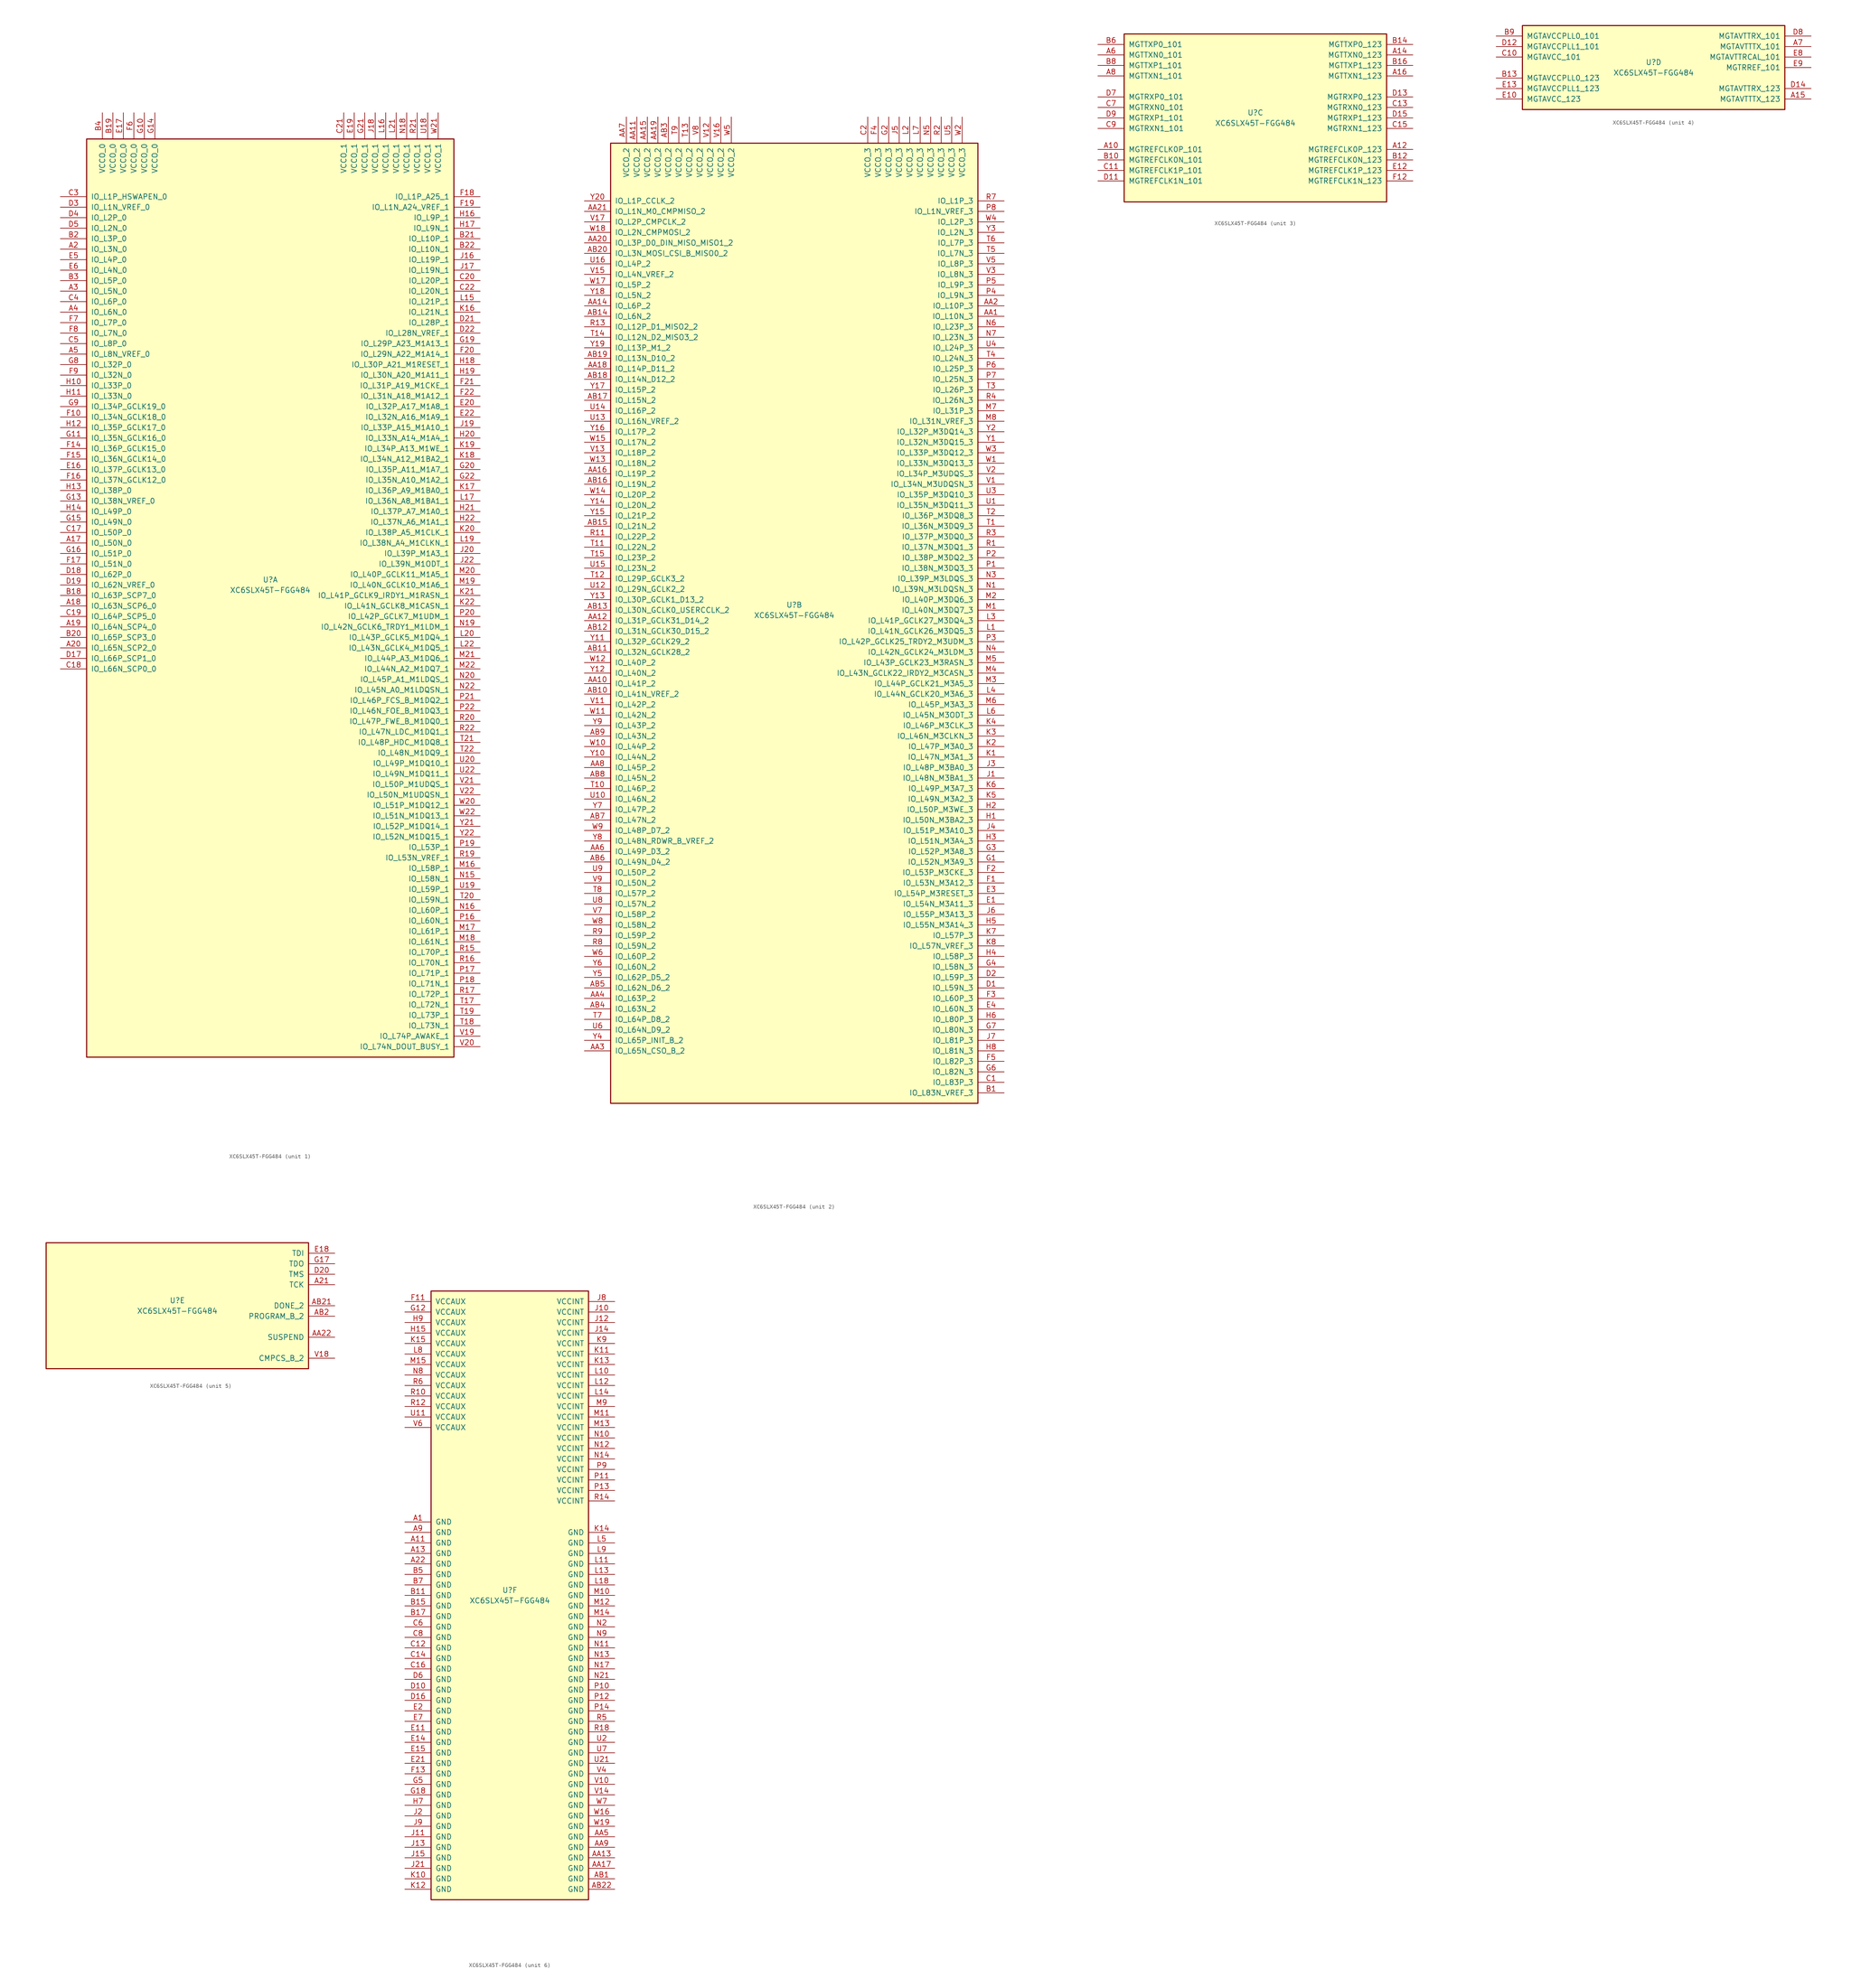
<source format=kicad_sym>
(kicad_symbol_lib
  (version 20201005)
  (generator kicad_symbol_editor)
  (symbol "XC6SLX45T-FGG484"
    (pin_names
      (offset 1.016))
    (property "Reference" "U"
      (at 0 1.27 0)
      (effects (font (size 1.27 1.27))))
    (property "Value" "XC6SLX45T-FGG484"
      (at 0 -1.27 0)
      (effects (font (size 1.27 1.27))))
    (property "Datasheet" ""
      (at 0 0 0)
      (effects (font (size 1.27 1.27))))
    (property "ki_locked" ""
      (at 0 0 0)
      (effects (font (size 1.27 1.27))))
    (symbol "XC6SLX45T-FGG484_1_1"
      (rectangle (start -44.45 107.95) (end 44.45 -114.3) (stroke (width 0.254)) (fill (type background)))
      (pin bidirectional line (at -50.8 10.16 0) (length 6.35) (name "IO_L50N_0" (effects (font (size 1.27 1.27)))) (number "A17" (effects (font (size 1.27 1.27)))))
      (pin bidirectional line (at -50.8 -5.08 0) (length 6.35) (name "IO_L63N_SCP6_0" (effects (font (size 1.27 1.27)))) (number "A18" (effects (font (size 1.27 1.27)))))
      (pin bidirectional line (at -50.8 -10.16 0) (length 6.35) (name "IO_L64N_SCP4_0" (effects (font (size 1.27 1.27)))) (number "A19" (effects (font (size 1.27 1.27)))))
      (pin bidirectional line (at -50.8 81.28 0) (length 6.35) (name "IO_L3N_0" (effects (font (size 1.27 1.27)))) (number "A2" (effects (font (size 1.27 1.27)))))
      (pin bidirectional line (at -50.8 -15.24 0) (length 6.35) (name "IO_L65N_SCP2_0" (effects (font (size 1.27 1.27)))) (number "A20" (effects (font (size 1.27 1.27)))))
      (pin bidirectional line (at -50.8 71.12 0) (length 6.35) (name "IO_L5N_0" (effects (font (size 1.27 1.27)))) (number "A3" (effects (font (size 1.27 1.27)))))
      (pin bidirectional line (at -50.8 66.04 0) (length 6.35) (name "IO_L6N_0" (effects (font (size 1.27 1.27)))) (number "A4" (effects (font (size 1.27 1.27)))))
      (pin bidirectional line (at -50.8 55.88 0) (length 6.35) (name "IO_L8N_VREF_0" (effects (font (size 1.27 1.27)))) (number "A5" (effects (font (size 1.27 1.27)))))
      (pin bidirectional line (at -50.8 -2.54 0) (length 6.35) (name "IO_L63P_SCP7_0" (effects (font (size 1.27 1.27)))) (number "B18" (effects (font (size 1.27 1.27)))))
      (pin power_in line (at -38.1 114.3 270) (length 6.35) (name "VCCO_0" (effects (font (size 1.27 1.27)))) (number "B19" (effects (font (size 1.27 1.27)))))
      (pin bidirectional line (at -50.8 83.82 0) (length 6.35) (name "IO_L3P_0" (effects (font (size 1.27 1.27)))) (number "B2" (effects (font (size 1.27 1.27)))))
      (pin bidirectional line (at -50.8 -12.7 0) (length 6.35) (name "IO_L65P_SCP3_0" (effects (font (size 1.27 1.27)))) (number "B20" (effects (font (size 1.27 1.27)))))
      (pin bidirectional line (at 50.8 83.82 180) (length 6.35) (name "IO_L10P_1" (effects (font (size 1.27 1.27)))) (number "B21" (effects (font (size 1.27 1.27)))))
      (pin bidirectional line (at 50.8 81.28 180) (length 6.35) (name "IO_L10N_1" (effects (font (size 1.27 1.27)))) (number "B22" (effects (font (size 1.27 1.27)))))
      (pin bidirectional line (at -50.8 73.66 0) (length 6.35) (name "IO_L5P_0" (effects (font (size 1.27 1.27)))) (number "B3" (effects (font (size 1.27 1.27)))))
      (pin power_in line (at -40.64 114.3 270) (length 6.35) (name "VCCO_0" (effects (font (size 1.27 1.27)))) (number "B4" (effects (font (size 1.27 1.27)))))
      (pin bidirectional line (at -50.8 12.7 0) (length 6.35) (name "IO_L50P_0" (effects (font (size 1.27 1.27)))) (number "C17" (effects (font (size 1.27 1.27)))))
      (pin bidirectional line (at -50.8 -20.32 0) (length 6.35) (name "IO_L66N_SCP0_0" (effects (font (size 1.27 1.27)))) (number "C18" (effects (font (size 1.27 1.27)))))
      (pin bidirectional line (at -50.8 -7.62 0) (length 6.35) (name "IO_L64P_SCP5_0" (effects (font (size 1.27 1.27)))) (number "C19" (effects (font (size 1.27 1.27)))))
      (pin bidirectional line (at 50.8 73.66 180) (length 6.35) (name "IO_L20P_1" (effects (font (size 1.27 1.27)))) (number "C20" (effects (font (size 1.27 1.27)))))
      (pin power_in line (at 17.78 114.3 270) (length 6.35) (name "VCCO_1" (effects (font (size 1.27 1.27)))) (number "C21" (effects (font (size 1.27 1.27)))))
      (pin bidirectional line (at 50.8 71.12 180) (length 6.35) (name "IO_L20N_1" (effects (font (size 1.27 1.27)))) (number "C22" (effects (font (size 1.27 1.27)))))
      (pin bidirectional line (at -50.8 93.98 0) (length 6.35) (name "IO_L1P_HSWAPEN_0" (effects (font (size 1.27 1.27)))) (number "C3" (effects (font (size 1.27 1.27)))))
      (pin bidirectional line (at -50.8 68.58 0) (length 6.35) (name "IO_L6P_0" (effects (font (size 1.27 1.27)))) (number "C4" (effects (font (size 1.27 1.27)))))
      (pin bidirectional line (at -50.8 58.42 0) (length 6.35) (name "IO_L8P_0" (effects (font (size 1.27 1.27)))) (number "C5" (effects (font (size 1.27 1.27)))))
      (pin bidirectional line (at -50.8 -17.78 0) (length 6.35) (name "IO_L66P_SCP1_0" (effects (font (size 1.27 1.27)))) (number "D17" (effects (font (size 1.27 1.27)))))
      (pin bidirectional line (at -50.8 2.54 0) (length 6.35) (name "IO_L62P_0" (effects (font (size 1.27 1.27)))) (number "D18" (effects (font (size 1.27 1.27)))))
      (pin bidirectional line (at -50.8 0 0) (length 6.35) (name "IO_L62N_VREF_0" (effects (font (size 1.27 1.27)))) (number "D19" (effects (font (size 1.27 1.27)))))
      (pin bidirectional line (at 50.8 63.5 180) (length 6.35) (name "IO_L28P_1" (effects (font (size 1.27 1.27)))) (number "D21" (effects (font (size 1.27 1.27)))))
      (pin bidirectional line (at 50.8 60.96 180) (length 6.35) (name "IO_L28N_VREF_1" (effects (font (size 1.27 1.27)))) (number "D22" (effects (font (size 1.27 1.27)))))
      (pin bidirectional line (at -50.8 91.44 0) (length 6.35) (name "IO_L1N_VREF_0" (effects (font (size 1.27 1.27)))) (number "D3" (effects (font (size 1.27 1.27)))))
      (pin bidirectional line (at -50.8 88.9 0) (length 6.35) (name "IO_L2P_0" (effects (font (size 1.27 1.27)))) (number "D4" (effects (font (size 1.27 1.27)))))
      (pin bidirectional line (at -50.8 86.36 0) (length 6.35) (name "IO_L2N_0" (effects (font (size 1.27 1.27)))) (number "D5" (effects (font (size 1.27 1.27)))))
      (pin bidirectional line (at -50.8 27.94 0) (length 6.35) (name "IO_L37P_GCLK13_0" (effects (font (size 1.27 1.27)))) (number "E16" (effects (font (size 1.27 1.27)))))
      (pin power_in line (at -35.56 114.3 270) (length 6.35) (name "VCCO_0" (effects (font (size 1.27 1.27)))) (number "E17" (effects (font (size 1.27 1.27)))))
      (pin power_in line (at 20.32 114.3 270) (length 6.35) (name "VCCO_1" (effects (font (size 1.27 1.27)))) (number "E19" (effects (font (size 1.27 1.27)))))
      (pin bidirectional line (at 50.8 43.18 180) (length 6.35) (name "IO_L32P_A17_M1A8_1" (effects (font (size 1.27 1.27)))) (number "E20" (effects (font (size 1.27 1.27)))))
      (pin bidirectional line (at 50.8 40.64 180) (length 6.35) (name "IO_L32N_A16_M1A9_1" (effects (font (size 1.27 1.27)))) (number "E22" (effects (font (size 1.27 1.27)))))
      (pin bidirectional line (at -50.8 78.74 0) (length 6.35) (name "IO_L4P_0" (effects (font (size 1.27 1.27)))) (number "E5" (effects (font (size 1.27 1.27)))))
      (pin bidirectional line (at -50.8 76.2 0) (length 6.35) (name "IO_L4N_0" (effects (font (size 1.27 1.27)))) (number "E6" (effects (font (size 1.27 1.27)))))
      (pin bidirectional line (at -50.8 40.64 0) (length 6.35) (name "IO_L34N_GCLK18_0" (effects (font (size 1.27 1.27)))) (number "F10" (effects (font (size 1.27 1.27)))))
      (pin bidirectional line (at -50.8 33.02 0) (length 6.35) (name "IO_L36P_GCLK15_0" (effects (font (size 1.27 1.27)))) (number "F14" (effects (font (size 1.27 1.27)))))
      (pin bidirectional line (at -50.8 30.48 0) (length 6.35) (name "IO_L36N_GCLK14_0" (effects (font (size 1.27 1.27)))) (number "F15" (effects (font (size 1.27 1.27)))))
      (pin bidirectional line (at -50.8 25.4 0) (length 6.35) (name "IO_L37N_GCLK12_0" (effects (font (size 1.27 1.27)))) (number "F16" (effects (font (size 1.27 1.27)))))
      (pin bidirectional line (at -50.8 5.08 0) (length 6.35) (name "IO_L51N_0" (effects (font (size 1.27 1.27)))) (number "F17" (effects (font (size 1.27 1.27)))))
      (pin bidirectional line (at 50.8 93.98 180) (length 6.35) (name "IO_L1P_A25_1" (effects (font (size 1.27 1.27)))) (number "F18" (effects (font (size 1.27 1.27)))))
      (pin bidirectional line (at 50.8 91.44 180) (length 6.35) (name "IO_L1N_A24_VREF_1" (effects (font (size 1.27 1.27)))) (number "F19" (effects (font (size 1.27 1.27)))))
      (pin bidirectional line (at 50.8 55.88 180) (length 6.35) (name "IO_L29N_A22_M1A14_1" (effects (font (size 1.27 1.27)))) (number "F20" (effects (font (size 1.27 1.27)))))
      (pin bidirectional line (at 50.8 48.26 180) (length 6.35) (name "IO_L31P_A19_M1CKE_1" (effects (font (size 1.27 1.27)))) (number "F21" (effects (font (size 1.27 1.27)))))
      (pin bidirectional line (at 50.8 45.72 180) (length 6.35) (name "IO_L31N_A18_M1A12_1" (effects (font (size 1.27 1.27)))) (number "F22" (effects (font (size 1.27 1.27)))))
      (pin power_in line (at -33.02 114.3 270) (length 6.35) (name "VCCO_0" (effects (font (size 1.27 1.27)))) (number "F6" (effects (font (size 1.27 1.27)))))
      (pin bidirectional line (at -50.8 63.5 0) (length 6.35) (name "IO_L7P_0" (effects (font (size 1.27 1.27)))) (number "F7" (effects (font (size 1.27 1.27)))))
      (pin bidirectional line (at -50.8 60.96 0) (length 6.35) (name "IO_L7N_0" (effects (font (size 1.27 1.27)))) (number "F8" (effects (font (size 1.27 1.27)))))
      (pin bidirectional line (at -50.8 50.8 0) (length 6.35) (name "IO_L32N_0" (effects (font (size 1.27 1.27)))) (number "F9" (effects (font (size 1.27 1.27)))))
      (pin power_in line (at -30.48 114.3 270) (length 6.35) (name "VCCO_0" (effects (font (size 1.27 1.27)))) (number "G10" (effects (font (size 1.27 1.27)))))
      (pin bidirectional line (at -50.8 35.56 0) (length 6.35) (name "IO_L35N_GCLK16_0" (effects (font (size 1.27 1.27)))) (number "G11" (effects (font (size 1.27 1.27)))))
      (pin bidirectional line (at -50.8 20.32 0) (length 6.35) (name "IO_L38N_VREF_0" (effects (font (size 1.27 1.27)))) (number "G13" (effects (font (size 1.27 1.27)))))
      (pin power_in line (at -27.94 114.3 270) (length 6.35) (name "VCCO_0" (effects (font (size 1.27 1.27)))) (number "G14" (effects (font (size 1.27 1.27)))))
      (pin bidirectional line (at -50.8 15.24 0) (length 6.35) (name "IO_L49N_0" (effects (font (size 1.27 1.27)))) (number "G15" (effects (font (size 1.27 1.27)))))
      (pin bidirectional line (at -50.8 7.62 0) (length 6.35) (name "IO_L51P_0" (effects (font (size 1.27 1.27)))) (number "G16" (effects (font (size 1.27 1.27)))))
      (pin bidirectional line (at 50.8 58.42 180) (length 6.35) (name "IO_L29P_A23_M1A13_1" (effects (font (size 1.27 1.27)))) (number "G19" (effects (font (size 1.27 1.27)))))
      (pin bidirectional line (at 50.8 27.94 180) (length 6.35) (name "IO_L35P_A11_M1A7_1" (effects (font (size 1.27 1.27)))) (number "G20" (effects (font (size 1.27 1.27)))))
      (pin power_in line (at 22.86 114.3 270) (length 6.35) (name "VCCO_1" (effects (font (size 1.27 1.27)))) (number "G21" (effects (font (size 1.27 1.27)))))
      (pin bidirectional line (at 50.8 25.4 180) (length 6.35) (name "IO_L35N_A10_M1A2_1" (effects (font (size 1.27 1.27)))) (number "G22" (effects (font (size 1.27 1.27)))))
      (pin bidirectional line (at -50.8 53.34 0) (length 6.35) (name "IO_L32P_0" (effects (font (size 1.27 1.27)))) (number "G8" (effects (font (size 1.27 1.27)))))
      (pin bidirectional line (at -50.8 43.18 0) (length 6.35) (name "IO_L34P_GCLK19_0" (effects (font (size 1.27 1.27)))) (number "G9" (effects (font (size 1.27 1.27)))))
      (pin bidirectional line (at -50.8 48.26 0) (length 6.35) (name "IO_L33P_0" (effects (font (size 1.27 1.27)))) (number "H10" (effects (font (size 1.27 1.27)))))
      (pin bidirectional line (at -50.8 45.72 0) (length 6.35) (name "IO_L33N_0" (effects (font (size 1.27 1.27)))) (number "H11" (effects (font (size 1.27 1.27)))))
      (pin bidirectional line (at -50.8 38.1 0) (length 6.35) (name "IO_L35P_GCLK17_0" (effects (font (size 1.27 1.27)))) (number "H12" (effects (font (size 1.27 1.27)))))
      (pin bidirectional line (at -50.8 22.86 0) (length 6.35) (name "IO_L38P_0" (effects (font (size 1.27 1.27)))) (number "H13" (effects (font (size 1.27 1.27)))))
      (pin bidirectional line (at -50.8 17.78 0) (length 6.35) (name "IO_L49P_0" (effects (font (size 1.27 1.27)))) (number "H14" (effects (font (size 1.27 1.27)))))
      (pin bidirectional line (at 50.8 88.9 180) (length 6.35) (name "IO_L9P_1" (effects (font (size 1.27 1.27)))) (number "H16" (effects (font (size 1.27 1.27)))))
      (pin bidirectional line (at 50.8 86.36 180) (length 6.35) (name "IO_L9N_1" (effects (font (size 1.27 1.27)))) (number "H17" (effects (font (size 1.27 1.27)))))
      (pin bidirectional line (at 50.8 53.34 180) (length 6.35) (name "IO_L30P_A21_M1RESET_1" (effects (font (size 1.27 1.27)))) (number "H18" (effects (font (size 1.27 1.27)))))
      (pin bidirectional line (at 50.8 50.8 180) (length 6.35) (name "IO_L30N_A20_M1A11_1" (effects (font (size 1.27 1.27)))) (number "H19" (effects (font (size 1.27 1.27)))))
      (pin bidirectional line (at 50.8 35.56 180) (length 6.35) (name "IO_L33N_A14_M1A4_1" (effects (font (size 1.27 1.27)))) (number "H20" (effects (font (size 1.27 1.27)))))
      (pin bidirectional line (at 50.8 17.78 180) (length 6.35) (name "IO_L37P_A7_M1A0_1" (effects (font (size 1.27 1.27)))) (number "H21" (effects (font (size 1.27 1.27)))))
      (pin bidirectional line (at 50.8 15.24 180) (length 6.35) (name "IO_L37N_A6_M1A1_1" (effects (font (size 1.27 1.27)))) (number "H22" (effects (font (size 1.27 1.27)))))
      (pin bidirectional line (at 50.8 78.74 180) (length 6.35) (name "IO_L19P_1" (effects (font (size 1.27 1.27)))) (number "J16" (effects (font (size 1.27 1.27)))))
      (pin bidirectional line (at 50.8 76.2 180) (length 6.35) (name "IO_L19N_1" (effects (font (size 1.27 1.27)))) (number "J17" (effects (font (size 1.27 1.27)))))
      (pin power_in line (at 25.4 114.3 270) (length 6.35) (name "VCCO_1" (effects (font (size 1.27 1.27)))) (number "J18" (effects (font (size 1.27 1.27)))))
      (pin bidirectional line (at 50.8 38.1 180) (length 6.35) (name "IO_L33P_A15_M1A10_1" (effects (font (size 1.27 1.27)))) (number "J19" (effects (font (size 1.27 1.27)))))
      (pin bidirectional line (at 50.8 7.62 180) (length 6.35) (name "IO_L39P_M1A3_1" (effects (font (size 1.27 1.27)))) (number "J20" (effects (font (size 1.27 1.27)))))
      (pin bidirectional line (at 50.8 5.08 180) (length 6.35) (name "IO_L39N_M1ODT_1" (effects (font (size 1.27 1.27)))) (number "J22" (effects (font (size 1.27 1.27)))))
      (pin bidirectional line (at 50.8 66.04 180) (length 6.35) (name "IO_L21N_1" (effects (font (size 1.27 1.27)))) (number "K16" (effects (font (size 1.27 1.27)))))
      (pin bidirectional line (at 50.8 22.86 180) (length 6.35) (name "IO_L36P_A9_M1BA0_1" (effects (font (size 1.27 1.27)))) (number "K17" (effects (font (size 1.27 1.27)))))
      (pin bidirectional line (at 50.8 30.48 180) (length 6.35) (name "IO_L34N_A12_M1BA2_1" (effects (font (size 1.27 1.27)))) (number "K18" (effects (font (size 1.27 1.27)))))
      (pin bidirectional line (at 50.8 33.02 180) (length 6.35) (name "IO_L34P_A13_M1WE_1" (effects (font (size 1.27 1.27)))) (number "K19" (effects (font (size 1.27 1.27)))))
      (pin bidirectional line (at 50.8 12.7 180) (length 6.35) (name "IO_L38P_A5_M1CLK_1" (effects (font (size 1.27 1.27)))) (number "K20" (effects (font (size 1.27 1.27)))))
      (pin bidirectional line (at 50.8 -2.54 180) (length 6.35) (name "IO_L41P_GCLK9_IRDY1_M1RASN_1" (effects (font (size 1.27 1.27)))) (number "K21" (effects (font (size 1.27 1.27)))))
      (pin bidirectional line (at 50.8 -5.08 180) (length 6.35) (name "IO_L41N_GCLK8_M1CASN_1" (effects (font (size 1.27 1.27)))) (number "K22" (effects (font (size 1.27 1.27)))))
      (pin bidirectional line (at 50.8 68.58 180) (length 6.35) (name "IO_L21P_1" (effects (font (size 1.27 1.27)))) (number "L15" (effects (font (size 1.27 1.27)))))
      (pin power_in line (at 27.94 114.3 270) (length 6.35) (name "VCCO_1" (effects (font (size 1.27 1.27)))) (number "L16" (effects (font (size 1.27 1.27)))))
      (pin bidirectional line (at 50.8 20.32 180) (length 6.35) (name "IO_L36N_A8_M1BA1_1" (effects (font (size 1.27 1.27)))) (number "L17" (effects (font (size 1.27 1.27)))))
      (pin bidirectional line (at 50.8 10.16 180) (length 6.35) (name "IO_L38N_A4_M1CLKN_1" (effects (font (size 1.27 1.27)))) (number "L19" (effects (font (size 1.27 1.27)))))
      (pin bidirectional line (at 50.8 -12.7 180) (length 6.35) (name "IO_L43P_GCLK5_M1DQ4_1" (effects (font (size 1.27 1.27)))) (number "L20" (effects (font (size 1.27 1.27)))))
      (pin power_in line (at 30.48 114.3 270) (length 6.35) (name "VCCO_1" (effects (font (size 1.27 1.27)))) (number "L21" (effects (font (size 1.27 1.27)))))
      (pin bidirectional line (at 50.8 -15.24 180) (length 6.35) (name "IO_L43N_GCLK4_M1DQ5_1" (effects (font (size 1.27 1.27)))) (number "L22" (effects (font (size 1.27 1.27)))))
      (pin bidirectional line (at 50.8 -68.58 180) (length 6.35) (name "IO_L58P_1" (effects (font (size 1.27 1.27)))) (number "M16" (effects (font (size 1.27 1.27)))))
      (pin bidirectional line (at 50.8 -83.82 180) (length 6.35) (name "IO_L61P_1" (effects (font (size 1.27 1.27)))) (number "M17" (effects (font (size 1.27 1.27)))))
      (pin bidirectional line (at 50.8 -86.36 180) (length 6.35) (name "IO_L61N_1" (effects (font (size 1.27 1.27)))) (number "M18" (effects (font (size 1.27 1.27)))))
      (pin bidirectional line (at 50.8 0 180) (length 6.35) (name "IO_L40N_GCLK10_M1A6_1" (effects (font (size 1.27 1.27)))) (number "M19" (effects (font (size 1.27 1.27)))))
      (pin bidirectional line (at 50.8 2.54 180) (length 6.35) (name "IO_L40P_GCLK11_M1A5_1" (effects (font (size 1.27 1.27)))) (number "M20" (effects (font (size 1.27 1.27)))))
      (pin bidirectional line (at 50.8 -17.78 180) (length 6.35) (name "IO_L44P_A3_M1DQ6_1" (effects (font (size 1.27 1.27)))) (number "M21" (effects (font (size 1.27 1.27)))))
      (pin bidirectional line (at 50.8 -20.32 180) (length 6.35) (name "IO_L44N_A2_M1DQ7_1" (effects (font (size 1.27 1.27)))) (number "M22" (effects (font (size 1.27 1.27)))))
      (pin bidirectional line (at 50.8 -71.12 180) (length 6.35) (name "IO_L58N_1" (effects (font (size 1.27 1.27)))) (number "N15" (effects (font (size 1.27 1.27)))))
      (pin bidirectional line (at 50.8 -78.74 180) (length 6.35) (name "IO_L60P_1" (effects (font (size 1.27 1.27)))) (number "N16" (effects (font (size 1.27 1.27)))))
      (pin power_in line (at 33.02 114.3 270) (length 6.35) (name "VCCO_1" (effects (font (size 1.27 1.27)))) (number "N18" (effects (font (size 1.27 1.27)))))
      (pin bidirectional line (at 50.8 -10.16 180) (length 6.35) (name "IO_L42N_GCLK6_TRDY1_M1LDM_1" (effects (font (size 1.27 1.27)))) (number "N19" (effects (font (size 1.27 1.27)))))
      (pin bidirectional line (at 50.8 -22.86 180) (length 6.35) (name "IO_L45P_A1_M1LDQS_1" (effects (font (size 1.27 1.27)))) (number "N20" (effects (font (size 1.27 1.27)))))
      (pin bidirectional line (at 50.8 -25.4 180) (length 6.35) (name "IO_L45N_A0_M1LDQSN_1" (effects (font (size 1.27 1.27)))) (number "N22" (effects (font (size 1.27 1.27)))))
      (pin bidirectional line (at 50.8 -81.28 180) (length 6.35) (name "IO_L60N_1" (effects (font (size 1.27 1.27)))) (number "P16" (effects (font (size 1.27 1.27)))))
      (pin bidirectional line (at 50.8 -93.98 180) (length 6.35) (name "IO_L71P_1" (effects (font (size 1.27 1.27)))) (number "P17" (effects (font (size 1.27 1.27)))))
      (pin bidirectional line (at 50.8 -96.52 180) (length 6.35) (name "IO_L71N_1" (effects (font (size 1.27 1.27)))) (number "P18" (effects (font (size 1.27 1.27)))))
      (pin bidirectional line (at 50.8 -63.5 180) (length 6.35) (name "IO_L53P_1" (effects (font (size 1.27 1.27)))) (number "P19" (effects (font (size 1.27 1.27)))))
      (pin bidirectional line (at 50.8 -7.62 180) (length 6.35) (name "IO_L42P_GCLK7_M1UDM_1" (effects (font (size 1.27 1.27)))) (number "P20" (effects (font (size 1.27 1.27)))))
      (pin bidirectional line (at 50.8 -27.94 180) (length 6.35) (name "IO_L46P_FCS_B_M1DQ2_1" (effects (font (size 1.27 1.27)))) (number "P21" (effects (font (size 1.27 1.27)))))
      (pin bidirectional line (at 50.8 -30.48 180) (length 6.35) (name "IO_L46N_FOE_B_M1DQ3_1" (effects (font (size 1.27 1.27)))) (number "P22" (effects (font (size 1.27 1.27)))))
      (pin bidirectional line (at 50.8 -88.9 180) (length 6.35) (name "IO_L70P_1" (effects (font (size 1.27 1.27)))) (number "R15" (effects (font (size 1.27 1.27)))))
      (pin bidirectional line (at 50.8 -91.44 180) (length 6.35) (name "IO_L70N_1" (effects (font (size 1.27 1.27)))) (number "R16" (effects (font (size 1.27 1.27)))))
      (pin bidirectional line (at 50.8 -99.06 180) (length 6.35) (name "IO_L72P_1" (effects (font (size 1.27 1.27)))) (number "R17" (effects (font (size 1.27 1.27)))))
      (pin bidirectional line (at 50.8 -66.04 180) (length 6.35) (name "IO_L53N_VREF_1" (effects (font (size 1.27 1.27)))) (number "R19" (effects (font (size 1.27 1.27)))))
      (pin bidirectional line (at 50.8 -33.02 180) (length 6.35) (name "IO_L47P_FWE_B_M1DQ0_1" (effects (font (size 1.27 1.27)))) (number "R20" (effects (font (size 1.27 1.27)))))
      (pin power_in line (at 35.56 114.3 270) (length 6.35) (name "VCCO_1" (effects (font (size 1.27 1.27)))) (number "R21" (effects (font (size 1.27 1.27)))))
      (pin bidirectional line (at 50.8 -35.56 180) (length 6.35) (name "IO_L47N_LDC_M1DQ1_1" (effects (font (size 1.27 1.27)))) (number "R22" (effects (font (size 1.27 1.27)))))
      (pin bidirectional line (at 50.8 -101.6 180) (length 6.35) (name "IO_L72N_1" (effects (font (size 1.27 1.27)))) (number "T17" (effects (font (size 1.27 1.27)))))
      (pin bidirectional line (at 50.8 -106.68 180) (length 6.35) (name "IO_L73N_1" (effects (font (size 1.27 1.27)))) (number "T18" (effects (font (size 1.27 1.27)))))
      (pin bidirectional line (at 50.8 -104.14 180) (length 6.35) (name "IO_L73P_1" (effects (font (size 1.27 1.27)))) (number "T19" (effects (font (size 1.27 1.27)))))
      (pin bidirectional line (at 50.8 -76.2 180) (length 6.35) (name "IO_L59N_1" (effects (font (size 1.27 1.27)))) (number "T20" (effects (font (size 1.27 1.27)))))
      (pin bidirectional line (at 50.8 -38.1 180) (length 6.35) (name "IO_L48P_HDC_M1DQ8_1" (effects (font (size 1.27 1.27)))) (number "T21" (effects (font (size 1.27 1.27)))))
      (pin bidirectional line (at 50.8 -40.64 180) (length 6.35) (name "IO_L48N_M1DQ9_1" (effects (font (size 1.27 1.27)))) (number "T22" (effects (font (size 1.27 1.27)))))
      (pin power_in line (at 38.1 114.3 270) (length 6.35) (name "VCCO_1" (effects (font (size 1.27 1.27)))) (number "U18" (effects (font (size 1.27 1.27)))))
      (pin bidirectional line (at 50.8 -73.66 180) (length 6.35) (name "IO_L59P_1" (effects (font (size 1.27 1.27)))) (number "U19" (effects (font (size 1.27 1.27)))))
      (pin bidirectional line (at 50.8 -43.18 180) (length 6.35) (name "IO_L49P_M1DQ10_1" (effects (font (size 1.27 1.27)))) (number "U20" (effects (font (size 1.27 1.27)))))
      (pin bidirectional line (at 50.8 -45.72 180) (length 6.35) (name "IO_L49N_M1DQ11_1" (effects (font (size 1.27 1.27)))) (number "U22" (effects (font (size 1.27 1.27)))))
      (pin bidirectional line (at 50.8 -109.22 180) (length 6.35) (name "IO_L74P_AWAKE_1" (effects (font (size 1.27 1.27)))) (number "V19" (effects (font (size 1.27 1.27)))))
      (pin bidirectional line (at 50.8 -111.76 180) (length 6.35) (name "IO_L74N_DOUT_BUSY_1" (effects (font (size 1.27 1.27)))) (number "V20" (effects (font (size 1.27 1.27)))))
      (pin bidirectional line (at 50.8 -48.26 180) (length 6.35) (name "IO_L50P_M1UDQS_1" (effects (font (size 1.27 1.27)))) (number "V21" (effects (font (size 1.27 1.27)))))
      (pin bidirectional line (at 50.8 -50.8 180) (length 6.35) (name "IO_L50N_M1UDQSN_1" (effects (font (size 1.27 1.27)))) (number "V22" (effects (font (size 1.27 1.27)))))
      (pin bidirectional line (at 50.8 -53.34 180) (length 6.35) (name "IO_L51P_M1DQ12_1" (effects (font (size 1.27 1.27)))) (number "W20" (effects (font (size 1.27 1.27)))))
      (pin power_in line (at 40.64 114.3 270) (length 6.35) (name "VCCO_1" (effects (font (size 1.27 1.27)))) (number "W21" (effects (font (size 1.27 1.27)))))
      (pin bidirectional line (at 50.8 -55.88 180) (length 6.35) (name "IO_L51N_M1DQ13_1" (effects (font (size 1.27 1.27)))) (number "W22" (effects (font (size 1.27 1.27)))))
      (pin bidirectional line (at 50.8 -58.42 180) (length 6.35) (name "IO_L52P_M1DQ14_1" (effects (font (size 1.27 1.27)))) (number "Y21" (effects (font (size 1.27 1.27)))))
      (pin bidirectional line (at 50.8 -60.96 180) (length 6.35) (name "IO_L52N_M1DQ15_1" (effects (font (size 1.27 1.27)))) (number "Y22" (effects (font (size 1.27 1.27))))))
    (symbol "XC6SLX45T-FGG484_2_1"
      (rectangle (start -44.45 113.03) (end 44.45 -119.38) (stroke (width 0.254)) (fill (type background)))
      (pin bidirectional line (at 50.8 71.12 180) (length 6.35) (name "IO_L10N_3" (effects (font (size 1.27 1.27)))) (number "AA1" (effects (font (size 1.27 1.27)))))
      (pin bidirectional line (at -50.8 -17.78 0) (length 6.35) (name "IO_L41P_2" (effects (font (size 1.27 1.27)))) (number "AA10" (effects (font (size 1.27 1.27)))))
      (pin power_in line (at -38.1 119.38 270) (length 6.35) (name "VCCO_2" (effects (font (size 1.27 1.27)))) (number "AA11" (effects (font (size 1.27 1.27)))))
      (pin bidirectional line (at -50.8 -2.54 0) (length 6.35) (name "IO_L31P_GCLK31_D14_2" (effects (font (size 1.27 1.27)))) (number "AA12" (effects (font (size 1.27 1.27)))))
      (pin bidirectional line (at -50.8 73.66 0) (length 6.35) (name "IO_L6P_2" (effects (font (size 1.27 1.27)))) (number "AA14" (effects (font (size 1.27 1.27)))))
      (pin power_in line (at -35.56 119.38 270) (length 6.35) (name "VCCO_2" (effects (font (size 1.27 1.27)))) (number "AA15" (effects (font (size 1.27 1.27)))))
      (pin bidirectional line (at -50.8 33.02 0) (length 6.35) (name "IO_L19P_2" (effects (font (size 1.27 1.27)))) (number "AA16" (effects (font (size 1.27 1.27)))))
      (pin bidirectional line (at -50.8 58.42 0) (length 6.35) (name "IO_L14P_D11_2" (effects (font (size 1.27 1.27)))) (number "AA18" (effects (font (size 1.27 1.27)))))
      (pin power_in line (at -33.02 119.38 270) (length 6.35) (name "VCCO_2" (effects (font (size 1.27 1.27)))) (number "AA19" (effects (font (size 1.27 1.27)))))
      (pin bidirectional line (at 50.8 73.66 180) (length 6.35) (name "IO_L10P_3" (effects (font (size 1.27 1.27)))) (number "AA2" (effects (font (size 1.27 1.27)))))
      (pin bidirectional line (at -50.8 88.9 0) (length 6.35) (name "IO_L3P_D0_DIN_MISO_MISO1_2" (effects (font (size 1.27 1.27)))) (number "AA20" (effects (font (size 1.27 1.27)))))
      (pin bidirectional line (at -50.8 96.52 0) (length 6.35) (name "IO_L1N_M0_CMPMISO_2" (effects (font (size 1.27 1.27)))) (number "AA21" (effects (font (size 1.27 1.27)))))
      (pin bidirectional line (at -50.8 -106.68 0) (length 6.35) (name "IO_L65N_CSO_B_2" (effects (font (size 1.27 1.27)))) (number "AA3" (effects (font (size 1.27 1.27)))))
      (pin bidirectional line (at -50.8 -93.98 0) (length 6.35) (name "IO_L63P_2" (effects (font (size 1.27 1.27)))) (number "AA4" (effects (font (size 1.27 1.27)))))
      (pin bidirectional line (at -50.8 -58.42 0) (length 6.35) (name "IO_L49P_D3_2" (effects (font (size 1.27 1.27)))) (number "AA6" (effects (font (size 1.27 1.27)))))
      (pin power_in line (at -40.64 119.38 270) (length 6.35) (name "VCCO_2" (effects (font (size 1.27 1.27)))) (number "AA7" (effects (font (size 1.27 1.27)))))
      (pin bidirectional line (at -50.8 -38.1 0) (length 6.35) (name "IO_L45P_2" (effects (font (size 1.27 1.27)))) (number "AA8" (effects (font (size 1.27 1.27)))))
      (pin bidirectional line (at -50.8 -20.32 0) (length 6.35) (name "IO_L41N_VREF_2" (effects (font (size 1.27 1.27)))) (number "AB10" (effects (font (size 1.27 1.27)))))
      (pin bidirectional line (at -50.8 -10.16 0) (length 6.35) (name "IO_L32N_GCLK28_2" (effects (font (size 1.27 1.27)))) (number "AB11" (effects (font (size 1.27 1.27)))))
      (pin bidirectional line (at -50.8 -5.08 0) (length 6.35) (name "IO_L31N_GCLK30_D15_2" (effects (font (size 1.27 1.27)))) (number "AB12" (effects (font (size 1.27 1.27)))))
      (pin bidirectional line (at -50.8 0 0) (length 6.35) (name "IO_L30N_GCLK0_USERCCLK_2" (effects (font (size 1.27 1.27)))) (number "AB13" (effects (font (size 1.27 1.27)))))
      (pin bidirectional line (at -50.8 71.12 0) (length 6.35) (name "IO_L6N_2" (effects (font (size 1.27 1.27)))) (number "AB14" (effects (font (size 1.27 1.27)))))
      (pin bidirectional line (at -50.8 20.32 0) (length 6.35) (name "IO_L21N_2" (effects (font (size 1.27 1.27)))) (number "AB15" (effects (font (size 1.27 1.27)))))
      (pin bidirectional line (at -50.8 30.48 0) (length 6.35) (name "IO_L19N_2" (effects (font (size 1.27 1.27)))) (number "AB16" (effects (font (size 1.27 1.27)))))
      (pin bidirectional line (at -50.8 50.8 0) (length 6.35) (name "IO_L15N_2" (effects (font (size 1.27 1.27)))) (number "AB17" (effects (font (size 1.27 1.27)))))
      (pin bidirectional line (at -50.8 55.88 0) (length 6.35) (name "IO_L14N_D12_2" (effects (font (size 1.27 1.27)))) (number "AB18" (effects (font (size 1.27 1.27)))))
      (pin bidirectional line (at -50.8 60.96 0) (length 6.35) (name "IO_L13N_D10_2" (effects (font (size 1.27 1.27)))) (number "AB19" (effects (font (size 1.27 1.27)))))
      (pin bidirectional line (at -50.8 86.36 0) (length 6.35) (name "IO_L3N_MOSI_CSI_B_MISO0_2" (effects (font (size 1.27 1.27)))) (number "AB20" (effects (font (size 1.27 1.27)))))
      (pin power_in line (at -30.48 119.38 270) (length 6.35) (name "VCCO_2" (effects (font (size 1.27 1.27)))) (number "AB3" (effects (font (size 1.27 1.27)))))
      (pin bidirectional line (at -50.8 -96.52 0) (length 6.35) (name "IO_L63N_2" (effects (font (size 1.27 1.27)))) (number "AB4" (effects (font (size 1.27 1.27)))))
      (pin bidirectional line (at -50.8 -91.44 0) (length 6.35) (name "IO_L62N_D6_2" (effects (font (size 1.27 1.27)))) (number "AB5" (effects (font (size 1.27 1.27)))))
      (pin bidirectional line (at -50.8 -60.96 0) (length 6.35) (name "IO_L49N_D4_2" (effects (font (size 1.27 1.27)))) (number "AB6" (effects (font (size 1.27 1.27)))))
      (pin bidirectional line (at -50.8 -50.8 0) (length 6.35) (name "IO_L47N_2" (effects (font (size 1.27 1.27)))) (number "AB7" (effects (font (size 1.27 1.27)))))
      (pin bidirectional line (at -50.8 -40.64 0) (length 6.35) (name "IO_L45N_2" (effects (font (size 1.27 1.27)))) (number "AB8" (effects (font (size 1.27 1.27)))))
      (pin bidirectional line (at -50.8 -30.48 0) (length 6.35) (name "IO_L43N_2" (effects (font (size 1.27 1.27)))) (number "AB9" (effects (font (size 1.27 1.27)))))
      (pin bidirectional line (at 50.8 -116.84 180) (length 6.35) (name "IO_L83N_VREF_3" (effects (font (size 1.27 1.27)))) (number "B1" (effects (font (size 1.27 1.27)))))
      (pin bidirectional line (at 50.8 -114.3 180) (length 6.35) (name "IO_L83P_3" (effects (font (size 1.27 1.27)))) (number "C1" (effects (font (size 1.27 1.27)))))
      (pin power_in line (at 17.78 119.38 270) (length 6.35) (name "VCCO_3" (effects (font (size 1.27 1.27)))) (number "C2" (effects (font (size 1.27 1.27)))))
      (pin bidirectional line (at 50.8 -91.44 180) (length 6.35) (name "IO_L59N_3" (effects (font (size 1.27 1.27)))) (number "D1" (effects (font (size 1.27 1.27)))))
      (pin bidirectional line (at 50.8 -88.9 180) (length 6.35) (name "IO_L59P_3" (effects (font (size 1.27 1.27)))) (number "D2" (effects (font (size 1.27 1.27)))))
      (pin bidirectional line (at 50.8 -71.12 180) (length 6.35) (name "IO_L54N_M3A11_3" (effects (font (size 1.27 1.27)))) (number "E1" (effects (font (size 1.27 1.27)))))
      (pin bidirectional line (at 50.8 -68.58 180) (length 6.35) (name "IO_L54P_M3RESET_3" (effects (font (size 1.27 1.27)))) (number "E3" (effects (font (size 1.27 1.27)))))
      (pin bidirectional line (at 50.8 -96.52 180) (length 6.35) (name "IO_L60N_3" (effects (font (size 1.27 1.27)))) (number "E4" (effects (font (size 1.27 1.27)))))
      (pin bidirectional line (at 50.8 -66.04 180) (length 6.35) (name "IO_L53N_M3A12_3" (effects (font (size 1.27 1.27)))) (number "F1" (effects (font (size 1.27 1.27)))))
      (pin bidirectional line (at 50.8 -63.5 180) (length 6.35) (name "IO_L53P_M3CKE_3" (effects (font (size 1.27 1.27)))) (number "F2" (effects (font (size 1.27 1.27)))))
      (pin bidirectional line (at 50.8 -93.98 180) (length 6.35) (name "IO_L60P_3" (effects (font (size 1.27 1.27)))) (number "F3" (effects (font (size 1.27 1.27)))))
      (pin power_in line (at 20.32 119.38 270) (length 6.35) (name "VCCO_3" (effects (font (size 1.27 1.27)))) (number "F4" (effects (font (size 1.27 1.27)))))
      (pin bidirectional line (at 50.8 -109.22 180) (length 6.35) (name "IO_L82P_3" (effects (font (size 1.27 1.27)))) (number "F5" (effects (font (size 1.27 1.27)))))
      (pin bidirectional line (at 50.8 -60.96 180) (length 6.35) (name "IO_L52N_M3A9_3" (effects (font (size 1.27 1.27)))) (number "G1" (effects (font (size 1.27 1.27)))))
      (pin power_in line (at 22.86 119.38 270) (length 6.35) (name "VCCO_3" (effects (font (size 1.27 1.27)))) (number "G2" (effects (font (size 1.27 1.27)))))
      (pin bidirectional line (at 50.8 -58.42 180) (length 6.35) (name "IO_L52P_M3A8_3" (effects (font (size 1.27 1.27)))) (number "G3" (effects (font (size 1.27 1.27)))))
      (pin bidirectional line (at 50.8 -86.36 180) (length 6.35) (name "IO_L58N_3" (effects (font (size 1.27 1.27)))) (number "G4" (effects (font (size 1.27 1.27)))))
      (pin bidirectional line (at 50.8 -111.76 180) (length 6.35) (name "IO_L82N_3" (effects (font (size 1.27 1.27)))) (number "G6" (effects (font (size 1.27 1.27)))))
      (pin bidirectional line (at 50.8 -101.6 180) (length 6.35) (name "IO_L80N_3" (effects (font (size 1.27 1.27)))) (number "G7" (effects (font (size 1.27 1.27)))))
      (pin bidirectional line (at 50.8 -50.8 180) (length 6.35) (name "IO_L50N_M3BA2_3" (effects (font (size 1.27 1.27)))) (number "H1" (effects (font (size 1.27 1.27)))))
      (pin bidirectional line (at 50.8 -48.26 180) (length 6.35) (name "IO_L50P_M3WE_3" (effects (font (size 1.27 1.27)))) (number "H2" (effects (font (size 1.27 1.27)))))
      (pin bidirectional line (at 50.8 -55.88 180) (length 6.35) (name "IO_L51N_M3A4_3" (effects (font (size 1.27 1.27)))) (number "H3" (effects (font (size 1.27 1.27)))))
      (pin bidirectional line (at 50.8 -83.82 180) (length 6.35) (name "IO_L58P_3" (effects (font (size 1.27 1.27)))) (number "H4" (effects (font (size 1.27 1.27)))))
      (pin bidirectional line (at 50.8 -76.2 180) (length 6.35) (name "IO_L55N_M3A14_3" (effects (font (size 1.27 1.27)))) (number "H5" (effects (font (size 1.27 1.27)))))
      (pin bidirectional line (at 50.8 -99.06 180) (length 6.35) (name "IO_L80P_3" (effects (font (size 1.27 1.27)))) (number "H6" (effects (font (size 1.27 1.27)))))
      (pin bidirectional line (at 50.8 -106.68 180) (length 6.35) (name "IO_L81N_3" (effects (font (size 1.27 1.27)))) (number "H8" (effects (font (size 1.27 1.27)))))
      (pin bidirectional line (at 50.8 -40.64 180) (length 6.35) (name "IO_L48N_M3BA1_3" (effects (font (size 1.27 1.27)))) (number "J1" (effects (font (size 1.27 1.27)))))
      (pin bidirectional line (at 50.8 -38.1 180) (length 6.35) (name "IO_L48P_M3BA0_3" (effects (font (size 1.27 1.27)))) (number "J3" (effects (font (size 1.27 1.27)))))
      (pin bidirectional line (at 50.8 -53.34 180) (length 6.35) (name "IO_L51P_M3A10_3" (effects (font (size 1.27 1.27)))) (number "J4" (effects (font (size 1.27 1.27)))))
      (pin power_in line (at 25.4 119.38 270) (length 6.35) (name "VCCO_3" (effects (font (size 1.27 1.27)))) (number "J5" (effects (font (size 1.27 1.27)))))
      (pin bidirectional line (at 50.8 -73.66 180) (length 6.35) (name "IO_L55P_M3A13_3" (effects (font (size 1.27 1.27)))) (number "J6" (effects (font (size 1.27 1.27)))))
      (pin bidirectional line (at 50.8 -104.14 180) (length 6.35) (name "IO_L81P_3" (effects (font (size 1.27 1.27)))) (number "J7" (effects (font (size 1.27 1.27)))))
      (pin bidirectional line (at 50.8 -35.56 180) (length 6.35) (name "IO_L47N_M3A1_3" (effects (font (size 1.27 1.27)))) (number "K1" (effects (font (size 1.27 1.27)))))
      (pin bidirectional line (at 50.8 -33.02 180) (length 6.35) (name "IO_L47P_M3A0_3" (effects (font (size 1.27 1.27)))) (number "K2" (effects (font (size 1.27 1.27)))))
      (pin bidirectional line (at 50.8 -30.48 180) (length 6.35) (name "IO_L46N_M3CLKN_3" (effects (font (size 1.27 1.27)))) (number "K3" (effects (font (size 1.27 1.27)))))
      (pin bidirectional line (at 50.8 -27.94 180) (length 6.35) (name "IO_L46P_M3CLK_3" (effects (font (size 1.27 1.27)))) (number "K4" (effects (font (size 1.27 1.27)))))
      (pin bidirectional line (at 50.8 -45.72 180) (length 6.35) (name "IO_L49N_M3A2_3" (effects (font (size 1.27 1.27)))) (number "K5" (effects (font (size 1.27 1.27)))))
      (pin bidirectional line (at 50.8 -43.18 180) (length 6.35) (name "IO_L49P_M3A7_3" (effects (font (size 1.27 1.27)))) (number "K6" (effects (font (size 1.27 1.27)))))
      (pin bidirectional line (at 50.8 -78.74 180) (length 6.35) (name "IO_L57P_3" (effects (font (size 1.27 1.27)))) (number "K7" (effects (font (size 1.27 1.27)))))
      (pin bidirectional line (at 50.8 -81.28 180) (length 6.35) (name "IO_L57N_VREF_3" (effects (font (size 1.27 1.27)))) (number "K8" (effects (font (size 1.27 1.27)))))
      (pin bidirectional line (at 50.8 -5.08 180) (length 6.35) (name "IO_L41N_GCLK26_M3DQ5_3" (effects (font (size 1.27 1.27)))) (number "L1" (effects (font (size 1.27 1.27)))))
      (pin power_in line (at 27.94 119.38 270) (length 6.35) (name "VCCO_3" (effects (font (size 1.27 1.27)))) (number "L2" (effects (font (size 1.27 1.27)))))
      (pin bidirectional line (at 50.8 -2.54 180) (length 6.35) (name "IO_L41P_GCLK27_M3DQ4_3" (effects (font (size 1.27 1.27)))) (number "L3" (effects (font (size 1.27 1.27)))))
      (pin bidirectional line (at 50.8 -20.32 180) (length 6.35) (name "IO_L44N_GCLK20_M3A6_3" (effects (font (size 1.27 1.27)))) (number "L4" (effects (font (size 1.27 1.27)))))
      (pin bidirectional line (at 50.8 -25.4 180) (length 6.35) (name "IO_L45N_M3ODT_3" (effects (font (size 1.27 1.27)))) (number "L6" (effects (font (size 1.27 1.27)))))
      (pin power_in line (at 30.48 119.38 270) (length 6.35) (name "VCCO_3" (effects (font (size 1.27 1.27)))) (number "L7" (effects (font (size 1.27 1.27)))))
      (pin bidirectional line (at 50.8 0 180) (length 6.35) (name "IO_L40N_M3DQ7_3" (effects (font (size 1.27 1.27)))) (number "M1" (effects (font (size 1.27 1.27)))))
      (pin bidirectional line (at 50.8 2.54 180) (length 6.35) (name "IO_L40P_M3DQ6_3" (effects (font (size 1.27 1.27)))) (number "M2" (effects (font (size 1.27 1.27)))))
      (pin bidirectional line (at 50.8 -17.78 180) (length 6.35) (name "IO_L44P_GCLK21_M3A5_3" (effects (font (size 1.27 1.27)))) (number "M3" (effects (font (size 1.27 1.27)))))
      (pin bidirectional line (at 50.8 -15.24 180) (length 6.35) (name "IO_L43N_GCLK22_IRDY2_M3CASN_3" (effects (font (size 1.27 1.27)))) (number "M4" (effects (font (size 1.27 1.27)))))
      (pin bidirectional line (at 50.8 -12.7 180) (length 6.35) (name "IO_L43P_GCLK23_M3RASN_3" (effects (font (size 1.27 1.27)))) (number "M5" (effects (font (size 1.27 1.27)))))
      (pin bidirectional line (at 50.8 -22.86 180) (length 6.35) (name "IO_L45P_M3A3_3" (effects (font (size 1.27 1.27)))) (number "M6" (effects (font (size 1.27 1.27)))))
      (pin bidirectional line (at 50.8 48.26 180) (length 6.35) (name "IO_L31P_3" (effects (font (size 1.27 1.27)))) (number "M7" (effects (font (size 1.27 1.27)))))
      (pin bidirectional line (at 50.8 45.72 180) (length 6.35) (name "IO_L31N_VREF_3" (effects (font (size 1.27 1.27)))) (number "M8" (effects (font (size 1.27 1.27)))))
      (pin bidirectional line (at 50.8 5.08 180) (length 6.35) (name "IO_L39N_M3LDQSN_3" (effects (font (size 1.27 1.27)))) (number "N1" (effects (font (size 1.27 1.27)))))
      (pin bidirectional line (at 50.8 7.62 180) (length 6.35) (name "IO_L39P_M3LDQS_3" (effects (font (size 1.27 1.27)))) (number "N3" (effects (font (size 1.27 1.27)))))
      (pin bidirectional line (at 50.8 -10.16 180) (length 6.35) (name "IO_L42N_GCLK24_M3LDM_3" (effects (font (size 1.27 1.27)))) (number "N4" (effects (font (size 1.27 1.27)))))
      (pin power_in line (at 33.02 119.38 270) (length 6.35) (name "VCCO_3" (effects (font (size 1.27 1.27)))) (number "N5" (effects (font (size 1.27 1.27)))))
      (pin bidirectional line (at 50.8 68.58 180) (length 6.35) (name "IO_L23P_3" (effects (font (size 1.27 1.27)))) (number "N6" (effects (font (size 1.27 1.27)))))
      (pin bidirectional line (at 50.8 66.04 180) (length 6.35) (name "IO_L23N_3" (effects (font (size 1.27 1.27)))) (number "N7" (effects (font (size 1.27 1.27)))))
      (pin bidirectional line (at 50.8 10.16 180) (length 6.35) (name "IO_L38N_M3DQ3_3" (effects (font (size 1.27 1.27)))) (number "P1" (effects (font (size 1.27 1.27)))))
      (pin bidirectional line (at 50.8 12.7 180) (length 6.35) (name "IO_L38P_M3DQ2_3" (effects (font (size 1.27 1.27)))) (number "P2" (effects (font (size 1.27 1.27)))))
      (pin bidirectional line (at 50.8 -7.62 180) (length 6.35) (name "IO_L42P_GCLK25_TRDY2_M3UDM_3" (effects (font (size 1.27 1.27)))) (number "P3" (effects (font (size 1.27 1.27)))))
      (pin bidirectional line (at 50.8 76.2 180) (length 6.35) (name "IO_L9N_3" (effects (font (size 1.27 1.27)))) (number "P4" (effects (font (size 1.27 1.27)))))
      (pin bidirectional line (at 50.8 78.74 180) (length 6.35) (name "IO_L9P_3" (effects (font (size 1.27 1.27)))) (number "P5" (effects (font (size 1.27 1.27)))))
      (pin bidirectional line (at 50.8 58.42 180) (length 6.35) (name "IO_L25P_3" (effects (font (size 1.27 1.27)))) (number "P6" (effects (font (size 1.27 1.27)))))
      (pin bidirectional line (at 50.8 55.88 180) (length 6.35) (name "IO_L25N_3" (effects (font (size 1.27 1.27)))) (number "P7" (effects (font (size 1.27 1.27)))))
      (pin bidirectional line (at 50.8 96.52 180) (length 6.35) (name "IO_L1N_VREF_3" (effects (font (size 1.27 1.27)))) (number "P8" (effects (font (size 1.27 1.27)))))
      (pin bidirectional line (at 50.8 15.24 180) (length 6.35) (name "IO_L37N_M3DQ1_3" (effects (font (size 1.27 1.27)))) (number "R1" (effects (font (size 1.27 1.27)))))
      (pin bidirectional line (at -50.8 17.78 0) (length 6.35) (name "IO_L22P_2" (effects (font (size 1.27 1.27)))) (number "R11" (effects (font (size 1.27 1.27)))))
      (pin bidirectional line (at -50.8 68.58 0) (length 6.35) (name "IO_L12P_D1_MISO2_2" (effects (font (size 1.27 1.27)))) (number "R13" (effects (font (size 1.27 1.27)))))
      (pin power_in line (at 35.56 119.38 270) (length 6.35) (name "VCCO_3" (effects (font (size 1.27 1.27)))) (number "R2" (effects (font (size 1.27 1.27)))))
      (pin bidirectional line (at 50.8 17.78 180) (length 6.35) (name "IO_L37P_M3DQ0_3" (effects (font (size 1.27 1.27)))) (number "R3" (effects (font (size 1.27 1.27)))))
      (pin bidirectional line (at 50.8 50.8 180) (length 6.35) (name "IO_L26N_3" (effects (font (size 1.27 1.27)))) (number "R4" (effects (font (size 1.27 1.27)))))
      (pin bidirectional line (at 50.8 99.06 180) (length 6.35) (name "IO_L1P_3" (effects (font (size 1.27 1.27)))) (number "R7" (effects (font (size 1.27 1.27)))))
      (pin bidirectional line (at -50.8 -81.28 0) (length 6.35) (name "IO_L59N_2" (effects (font (size 1.27 1.27)))) (number "R8" (effects (font (size 1.27 1.27)))))
      (pin bidirectional line (at -50.8 -78.74 0) (length 6.35) (name "IO_L59P_2" (effects (font (size 1.27 1.27)))) (number "R9" (effects (font (size 1.27 1.27)))))
      (pin bidirectional line (at 50.8 20.32 180) (length 6.35) (name "IO_L36N_M3DQ9_3" (effects (font (size 1.27 1.27)))) (number "T1" (effects (font (size 1.27 1.27)))))
      (pin bidirectional line (at -50.8 -43.18 0) (length 6.35) (name "IO_L46P_2" (effects (font (size 1.27 1.27)))) (number "T10" (effects (font (size 1.27 1.27)))))
      (pin bidirectional line (at -50.8 15.24 0) (length 6.35) (name "IO_L22N_2" (effects (font (size 1.27 1.27)))) (number "T11" (effects (font (size 1.27 1.27)))))
      (pin bidirectional line (at -50.8 7.62 0) (length 6.35) (name "IO_L29P_GCLK3_2" (effects (font (size 1.27 1.27)))) (number "T12" (effects (font (size 1.27 1.27)))))
      (pin power_in line (at -25.4 119.38 270) (length 6.35) (name "VCCO_2" (effects (font (size 1.27 1.27)))) (number "T13" (effects (font (size 1.27 1.27)))))
      (pin bidirectional line (at -50.8 66.04 0) (length 6.35) (name "IO_L12N_D2_MISO3_2" (effects (font (size 1.27 1.27)))) (number "T14" (effects (font (size 1.27 1.27)))))
      (pin bidirectional line (at -50.8 12.7 0) (length 6.35) (name "IO_L23P_2" (effects (font (size 1.27 1.27)))) (number "T15" (effects (font (size 1.27 1.27)))))
      (pin bidirectional line (at 50.8 22.86 180) (length 6.35) (name "IO_L36P_M3DQ8_3" (effects (font (size 1.27 1.27)))) (number "T2" (effects (font (size 1.27 1.27)))))
      (pin bidirectional line (at 50.8 53.34 180) (length 6.35) (name "IO_L26P_3" (effects (font (size 1.27 1.27)))) (number "T3" (effects (font (size 1.27 1.27)))))
      (pin bidirectional line (at 50.8 60.96 180) (length 6.35) (name "IO_L24N_3" (effects (font (size 1.27 1.27)))) (number "T4" (effects (font (size 1.27 1.27)))))
      (pin bidirectional line (at 50.8 86.36 180) (length 6.35) (name "IO_L7N_3" (effects (font (size 1.27 1.27)))) (number "T5" (effects (font (size 1.27 1.27)))))
      (pin bidirectional line (at 50.8 88.9 180) (length 6.35) (name "IO_L7P_3" (effects (font (size 1.27 1.27)))) (number "T6" (effects (font (size 1.27 1.27)))))
      (pin bidirectional line (at -50.8 -99.06 0) (length 6.35) (name "IO_L64P_D8_2" (effects (font (size 1.27 1.27)))) (number "T7" (effects (font (size 1.27 1.27)))))
      (pin bidirectional line (at -50.8 -68.58 0) (length 6.35) (name "IO_L57P_2" (effects (font (size 1.27 1.27)))) (number "T8" (effects (font (size 1.27 1.27)))))
      (pin power_in line (at -27.94 119.38 270) (length 6.35) (name "VCCO_2" (effects (font (size 1.27 1.27)))) (number "T9" (effects (font (size 1.27 1.27)))))
      (pin bidirectional line (at 50.8 25.4 180) (length 6.35) (name "IO_L35N_M3DQ11_3" (effects (font (size 1.27 1.27)))) (number "U1" (effects (font (size 1.27 1.27)))))
      (pin bidirectional line (at -50.8 -45.72 0) (length 6.35) (name "IO_L46N_2" (effects (font (size 1.27 1.27)))) (number "U10" (effects (font (size 1.27 1.27)))))
      (pin bidirectional line (at -50.8 5.08 0) (length 6.35) (name "IO_L29N_GCLK2_2" (effects (font (size 1.27 1.27)))) (number "U12" (effects (font (size 1.27 1.27)))))
      (pin bidirectional line (at -50.8 45.72 0) (length 6.35) (name "IO_L16N_VREF_2" (effects (font (size 1.27 1.27)))) (number "U13" (effects (font (size 1.27 1.27)))))
      (pin bidirectional line (at -50.8 48.26 0) (length 6.35) (name "IO_L16P_2" (effects (font (size 1.27 1.27)))) (number "U14" (effects (font (size 1.27 1.27)))))
      (pin bidirectional line (at -50.8 10.16 0) (length 6.35) (name "IO_L23N_2" (effects (font (size 1.27 1.27)))) (number "U15" (effects (font (size 1.27 1.27)))))
      (pin bidirectional line (at -50.8 83.82 0) (length 6.35) (name "IO_L4P_2" (effects (font (size 1.27 1.27)))) (number "U16" (effects (font (size 1.27 1.27)))))
      (pin bidirectional line (at 50.8 27.94 180) (length 6.35) (name "IO_L35P_M3DQ10_3" (effects (font (size 1.27 1.27)))) (number "U3" (effects (font (size 1.27 1.27)))))
      (pin bidirectional line (at 50.8 63.5 180) (length 6.35) (name "IO_L24P_3" (effects (font (size 1.27 1.27)))) (number "U4" (effects (font (size 1.27 1.27)))))
      (pin power_in line (at 38.1 119.38 270) (length 6.35) (name "VCCO_3" (effects (font (size 1.27 1.27)))) (number "U5" (effects (font (size 1.27 1.27)))))
      (pin bidirectional line (at -50.8 -101.6 0) (length 6.35) (name "IO_L64N_D9_2" (effects (font (size 1.27 1.27)))) (number "U6" (effects (font (size 1.27 1.27)))))
      (pin bidirectional line (at -50.8 -71.12 0) (length 6.35) (name "IO_L57N_2" (effects (font (size 1.27 1.27)))) (number "U8" (effects (font (size 1.27 1.27)))))
      (pin bidirectional line (at -50.8 -63.5 0) (length 6.35) (name "IO_L50P_2" (effects (font (size 1.27 1.27)))) (number "U9" (effects (font (size 1.27 1.27)))))
      (pin bidirectional line (at 50.8 30.48 180) (length 6.35) (name "IO_L34N_M3UDQSN_3" (effects (font (size 1.27 1.27)))) (number "V1" (effects (font (size 1.27 1.27)))))
      (pin bidirectional line (at -50.8 -22.86 0) (length 6.35) (name "IO_L42P_2" (effects (font (size 1.27 1.27)))) (number "V11" (effects (font (size 1.27 1.27)))))
      (pin power_in line (at -20.32 119.38 270) (length 6.35) (name "VCCO_2" (effects (font (size 1.27 1.27)))) (number "V12" (effects (font (size 1.27 1.27)))))
      (pin bidirectional line (at -50.8 38.1 0) (length 6.35) (name "IO_L18P_2" (effects (font (size 1.27 1.27)))) (number "V13" (effects (font (size 1.27 1.27)))))
      (pin bidirectional line (at -50.8 81.28 0) (length 6.35) (name "IO_L4N_VREF_2" (effects (font (size 1.27 1.27)))) (number "V15" (effects (font (size 1.27 1.27)))))
      (pin power_in line (at -17.78 119.38 270) (length 6.35) (name "VCCO_2" (effects (font (size 1.27 1.27)))) (number "V16" (effects (font (size 1.27 1.27)))))
      (pin bidirectional line (at -50.8 93.98 0) (length 6.35) (name "IO_L2P_CMPCLK_2" (effects (font (size 1.27 1.27)))) (number "V17" (effects (font (size 1.27 1.27)))))
      (pin bidirectional line (at 50.8 33.02 180) (length 6.35) (name "IO_L34P_M3UDQS_3" (effects (font (size 1.27 1.27)))) (number "V2" (effects (font (size 1.27 1.27)))))
      (pin bidirectional line (at 50.8 81.28 180) (length 6.35) (name "IO_L8N_3" (effects (font (size 1.27 1.27)))) (number "V3" (effects (font (size 1.27 1.27)))))
      (pin bidirectional line (at 50.8 83.82 180) (length 6.35) (name "IO_L8P_3" (effects (font (size 1.27 1.27)))) (number "V5" (effects (font (size 1.27 1.27)))))
      (pin bidirectional line (at -50.8 -73.66 0) (length 6.35) (name "IO_L58P_2" (effects (font (size 1.27 1.27)))) (number "V7" (effects (font (size 1.27 1.27)))))
      (pin power_in line (at -22.86 119.38 270) (length 6.35) (name "VCCO_2" (effects (font (size 1.27 1.27)))) (number "V8" (effects (font (size 1.27 1.27)))))
      (pin bidirectional line (at -50.8 -66.04 0) (length 6.35) (name "IO_L50N_2" (effects (font (size 1.27 1.27)))) (number "V9" (effects (font (size 1.27 1.27)))))
      (pin bidirectional line (at 50.8 35.56 180) (length 6.35) (name "IO_L33N_M3DQ13_3" (effects (font (size 1.27 1.27)))) (number "W1" (effects (font (size 1.27 1.27)))))
      (pin bidirectional line (at -50.8 -33.02 0) (length 6.35) (name "IO_L44P_2" (effects (font (size 1.27 1.27)))) (number "W10" (effects (font (size 1.27 1.27)))))
      (pin bidirectional line (at -50.8 -25.4 0) (length 6.35) (name "IO_L42N_2" (effects (font (size 1.27 1.27)))) (number "W11" (effects (font (size 1.27 1.27)))))
      (pin bidirectional line (at -50.8 -12.7 0) (length 6.35) (name "IO_L40P_2" (effects (font (size 1.27 1.27)))) (number "W12" (effects (font (size 1.27 1.27)))))
      (pin bidirectional line (at -50.8 35.56 0) (length 6.35) (name "IO_L18N_2" (effects (font (size 1.27 1.27)))) (number "W13" (effects (font (size 1.27 1.27)))))
      (pin bidirectional line (at -50.8 27.94 0) (length 6.35) (name "IO_L20P_2" (effects (font (size 1.27 1.27)))) (number "W14" (effects (font (size 1.27 1.27)))))
      (pin bidirectional line (at -50.8 40.64 0) (length 6.35) (name "IO_L17N_2" (effects (font (size 1.27 1.27)))) (number "W15" (effects (font (size 1.27 1.27)))))
      (pin bidirectional line (at -50.8 78.74 0) (length 6.35) (name "IO_L5P_2" (effects (font (size 1.27 1.27)))) (number "W17" (effects (font (size 1.27 1.27)))))
      (pin bidirectional line (at -50.8 91.44 0) (length 6.35) (name "IO_L2N_CMPMOSI_2" (effects (font (size 1.27 1.27)))) (number "W18" (effects (font (size 1.27 1.27)))))
      (pin power_in line (at 40.64 119.38 270) (length 6.35) (name "VCCO_3" (effects (font (size 1.27 1.27)))) (number "W2" (effects (font (size 1.27 1.27)))))
      (pin bidirectional line (at 50.8 38.1 180) (length 6.35) (name "IO_L33P_M3DQ12_3" (effects (font (size 1.27 1.27)))) (number "W3" (effects (font (size 1.27 1.27)))))
      (pin bidirectional line (at 50.8 93.98 180) (length 6.35) (name "IO_L2P_3" (effects (font (size 1.27 1.27)))) (number "W4" (effects (font (size 1.27 1.27)))))
      (pin power_in line (at -15.24 119.38 270) (length 6.35) (name "VCCO_2" (effects (font (size 1.27 1.27)))) (number "W5" (effects (font (size 1.27 1.27)))))
      (pin bidirectional line (at -50.8 -83.82 0) (length 6.35) (name "IO_L60P_2" (effects (font (size 1.27 1.27)))) (number "W6" (effects (font (size 1.27 1.27)))))
      (pin bidirectional line (at -50.8 -76.2 0) (length 6.35) (name "IO_L58N_2" (effects (font (size 1.27 1.27)))) (number "W8" (effects (font (size 1.27 1.27)))))
      (pin bidirectional line (at -50.8 -53.34 0) (length 6.35) (name "IO_L48P_D7_2" (effects (font (size 1.27 1.27)))) (number "W9" (effects (font (size 1.27 1.27)))))
      (pin bidirectional line (at 50.8 40.64 180) (length 6.35) (name "IO_L32N_M3DQ15_3" (effects (font (size 1.27 1.27)))) (number "Y1" (effects (font (size 1.27 1.27)))))
      (pin bidirectional line (at -50.8 -35.56 0) (length 6.35) (name "IO_L44N_2" (effects (font (size 1.27 1.27)))) (number "Y10" (effects (font (size 1.27 1.27)))))
      (pin bidirectional line (at -50.8 -7.62 0) (length 6.35) (name "IO_L32P_GCLK29_2" (effects (font (size 1.27 1.27)))) (number "Y11" (effects (font (size 1.27 1.27)))))
      (pin bidirectional line (at -50.8 -15.24 0) (length 6.35) (name "IO_L40N_2" (effects (font (size 1.27 1.27)))) (number "Y12" (effects (font (size 1.27 1.27)))))
      (pin bidirectional line (at -50.8 2.54 0) (length 6.35) (name "IO_L30P_GCLK1_D13_2" (effects (font (size 1.27 1.27)))) (number "Y13" (effects (font (size 1.27 1.27)))))
      (pin bidirectional line (at -50.8 25.4 0) (length 6.35) (name "IO_L20N_2" (effects (font (size 1.27 1.27)))) (number "Y14" (effects (font (size 1.27 1.27)))))
      (pin bidirectional line (at -50.8 22.86 0) (length 6.35) (name "IO_L21P_2" (effects (font (size 1.27 1.27)))) (number "Y15" (effects (font (size 1.27 1.27)))))
      (pin bidirectional line (at -50.8 43.18 0) (length 6.35) (name "IO_L17P_2" (effects (font (size 1.27 1.27)))) (number "Y16" (effects (font (size 1.27 1.27)))))
      (pin bidirectional line (at -50.8 53.34 0) (length 6.35) (name "IO_L15P_2" (effects (font (size 1.27 1.27)))) (number "Y17" (effects (font (size 1.27 1.27)))))
      (pin bidirectional line (at -50.8 76.2 0) (length 6.35) (name "IO_L5N_2" (effects (font (size 1.27 1.27)))) (number "Y18" (effects (font (size 1.27 1.27)))))
      (pin bidirectional line (at -50.8 63.5 0) (length 6.35) (name "IO_L13P_M1_2" (effects (font (size 1.27 1.27)))) (number "Y19" (effects (font (size 1.27 1.27)))))
      (pin bidirectional line (at 50.8 43.18 180) (length 6.35) (name "IO_L32P_M3DQ14_3" (effects (font (size 1.27 1.27)))) (number "Y2" (effects (font (size 1.27 1.27)))))
      (pin bidirectional line (at -50.8 99.06 0) (length 6.35) (name "IO_L1P_CCLK_2" (effects (font (size 1.27 1.27)))) (number "Y20" (effects (font (size 1.27 1.27)))))
      (pin bidirectional line (at 50.8 91.44 180) (length 6.35) (name "IO_L2N_3" (effects (font (size 1.27 1.27)))) (number "Y3" (effects (font (size 1.27 1.27)))))
      (pin bidirectional line (at -50.8 -104.14 0) (length 6.35) (name "IO_L65P_INIT_B_2" (effects (font (size 1.27 1.27)))) (number "Y4" (effects (font (size 1.27 1.27)))))
      (pin bidirectional line (at -50.8 -88.9 0) (length 6.35) (name "IO_L62P_D5_2" (effects (font (size 1.27 1.27)))) (number "Y5" (effects (font (size 1.27 1.27)))))
      (pin bidirectional line (at -50.8 -86.36 0) (length 6.35) (name "IO_L60N_2" (effects (font (size 1.27 1.27)))) (number "Y6" (effects (font (size 1.27 1.27)))))
      (pin bidirectional line (at -50.8 -48.26 0) (length 6.35) (name "IO_L47P_2" (effects (font (size 1.27 1.27)))) (number "Y7" (effects (font (size 1.27 1.27)))))
      (pin bidirectional line (at -50.8 -55.88 0) (length 6.35) (name "IO_L48N_RDWR_B_VREF_2" (effects (font (size 1.27 1.27)))) (number "Y8" (effects (font (size 1.27 1.27)))))
      (pin bidirectional line (at -50.8 -27.94 0) (length 6.35) (name "IO_L43P_2" (effects (font (size 1.27 1.27)))) (number "Y9" (effects (font (size 1.27 1.27))))))
    (symbol "XC6SLX45T-FGG484_3_1"
      (rectangle (start -31.75 20.32) (end 31.75 -20.32) (stroke (width 0.254)) (fill (type background)))
      (pin bidirectional line (at -38.1 -7.62 0) (length 6.35) (name "MGTREFCLK0P_101" (effects (font (size 1.27 1.27)))) (number "A10" (effects (font (size 1.27 1.27)))))
      (pin bidirectional line (at 38.1 -7.62 180) (length 6.35) (name "MGTREFCLK0P_123" (effects (font (size 1.27 1.27)))) (number "A12" (effects (font (size 1.27 1.27)))))
      (pin bidirectional line (at 38.1 15.24 180) (length 6.35) (name "MGTTXN0_123" (effects (font (size 1.27 1.27)))) (number "A14" (effects (font (size 1.27 1.27)))))
      (pin bidirectional line (at 38.1 10.16 180) (length 6.35) (name "MGTTXN1_123" (effects (font (size 1.27 1.27)))) (number "A16" (effects (font (size 1.27 1.27)))))
      (pin bidirectional line (at -38.1 15.24 0) (length 6.35) (name "MGTTXN0_101" (effects (font (size 1.27 1.27)))) (number "A6" (effects (font (size 1.27 1.27)))))
      (pin bidirectional line (at -38.1 10.16 0) (length 6.35) (name "MGTTXN1_101" (effects (font (size 1.27 1.27)))) (number "A8" (effects (font (size 1.27 1.27)))))
      (pin bidirectional line (at -38.1 -10.16 0) (length 6.35) (name "MGTREFCLK0N_101" (effects (font (size 1.27 1.27)))) (number "B10" (effects (font (size 1.27 1.27)))))
      (pin bidirectional line (at 38.1 -10.16 180) (length 6.35) (name "MGTREFCLK0N_123" (effects (font (size 1.27 1.27)))) (number "B12" (effects (font (size 1.27 1.27)))))
      (pin bidirectional line (at 38.1 17.78 180) (length 6.35) (name "MGTTXP0_123" (effects (font (size 1.27 1.27)))) (number "B14" (effects (font (size 1.27 1.27)))))
      (pin bidirectional line (at 38.1 12.7 180) (length 6.35) (name "MGTTXP1_123" (effects (font (size 1.27 1.27)))) (number "B16" (effects (font (size 1.27 1.27)))))
      (pin bidirectional line (at -38.1 17.78 0) (length 6.35) (name "MGTTXP0_101" (effects (font (size 1.27 1.27)))) (number "B6" (effects (font (size 1.27 1.27)))))
      (pin bidirectional line (at -38.1 12.7 0) (length 6.35) (name "MGTTXP1_101" (effects (font (size 1.27 1.27)))) (number "B8" (effects (font (size 1.27 1.27)))))
      (pin bidirectional line (at -38.1 -12.7 0) (length 6.35) (name "MGTREFCLK1P_101" (effects (font (size 1.27 1.27)))) (number "C11" (effects (font (size 1.27 1.27)))))
      (pin bidirectional line (at 38.1 2.54 180) (length 6.35) (name "MGTRXN0_123" (effects (font (size 1.27 1.27)))) (number "C13" (effects (font (size 1.27 1.27)))))
      (pin bidirectional line (at 38.1 -2.54 180) (length 6.35) (name "MGTRXN1_123" (effects (font (size 1.27 1.27)))) (number "C15" (effects (font (size 1.27 1.27)))))
      (pin bidirectional line (at -38.1 2.54 0) (length 6.35) (name "MGTRXN0_101" (effects (font (size 1.27 1.27)))) (number "C7" (effects (font (size 1.27 1.27)))))
      (pin bidirectional line (at -38.1 -2.54 0) (length 6.35) (name "MGTRXN1_101" (effects (font (size 1.27 1.27)))) (number "C9" (effects (font (size 1.27 1.27)))))
      (pin bidirectional line (at -38.1 -15.24 0) (length 6.35) (name "MGTREFCLK1N_101" (effects (font (size 1.27 1.27)))) (number "D11" (effects (font (size 1.27 1.27)))))
      (pin bidirectional line (at 38.1 5.08 180) (length 6.35) (name "MGTRXP0_123" (effects (font (size 1.27 1.27)))) (number "D13" (effects (font (size 1.27 1.27)))))
      (pin bidirectional line (at 38.1 0 180) (length 6.35) (name "MGTRXP1_123" (effects (font (size 1.27 1.27)))) (number "D15" (effects (font (size 1.27 1.27)))))
      (pin bidirectional line (at -38.1 5.08 0) (length 6.35) (name "MGTRXP0_101" (effects (font (size 1.27 1.27)))) (number "D7" (effects (font (size 1.27 1.27)))))
      (pin bidirectional line (at -38.1 0 0) (length 6.35) (name "MGTRXP1_101" (effects (font (size 1.27 1.27)))) (number "D9" (effects (font (size 1.27 1.27)))))
      (pin bidirectional line (at 38.1 -12.7 180) (length 6.35) (name "MGTREFCLK1P_123" (effects (font (size 1.27 1.27)))) (number "E12" (effects (font (size 1.27 1.27)))))
      (pin bidirectional line (at 38.1 -15.24 180) (length 6.35) (name "MGTREFCLK1N_123" (effects (font (size 1.27 1.27)))) (number "F12" (effects (font (size 1.27 1.27))))))
    (symbol "XC6SLX45T-FGG484_4_1"
      (rectangle (start -31.75 10.16) (end 31.75 -10.16) (stroke (width 0.254)) (fill (type background)))
      (pin power_in line (at 38.1 -7.62 180) (length 6.35) (name "MGTAVTTTX_123" (effects (font (size 1.27 1.27)))) (number "A15" (effects (font (size 1.27 1.27)))))
      (pin power_in line (at 38.1 5.08 180) (length 6.35) (name "MGTAVTTTX_101" (effects (font (size 1.27 1.27)))) (number "A7" (effects (font (size 1.27 1.27)))))
      (pin power_in line (at -38.1 -2.54 0) (length 6.35) (name "MGTAVCCPLL0_123" (effects (font (size 1.27 1.27)))) (number "B13" (effects (font (size 1.27 1.27)))))
      (pin power_in line (at -38.1 7.62 0) (length 6.35) (name "MGTAVCCPLL0_101" (effects (font (size 1.27 1.27)))) (number "B9" (effects (font (size 1.27 1.27)))))
      (pin power_in line (at -38.1 2.54 0) (length 6.35) (name "MGTAVCC_101" (effects (font (size 1.27 1.27)))) (number "C10" (effects (font (size 1.27 1.27)))))
      (pin power_in line (at -38.1 5.08 0) (length 6.35) (name "MGTAVCCPLL1_101" (effects (font (size 1.27 1.27)))) (number "D12" (effects (font (size 1.27 1.27)))))
      (pin power_in line (at 38.1 -5.08 180) (length 6.35) (name "MGTAVTTRX_123" (effects (font (size 1.27 1.27)))) (number "D14" (effects (font (size 1.27 1.27)))))
      (pin power_in line (at 38.1 7.62 180) (length 6.35) (name "MGTAVTTRX_101" (effects (font (size 1.27 1.27)))) (number "D8" (effects (font (size 1.27 1.27)))))
      (pin power_in line (at -38.1 -7.62 0) (length 6.35) (name "MGTAVCC_123" (effects (font (size 1.27 1.27)))) (number "E10" (effects (font (size 1.27 1.27)))))
      (pin power_in line (at -38.1 -5.08 0) (length 6.35) (name "MGTAVCCPLL1_123" (effects (font (size 1.27 1.27)))) (number "E13" (effects (font (size 1.27 1.27)))))
      (pin power_in line (at 38.1 2.54 180) (length 6.35) (name "MGTAVTTRCAL_101" (effects (font (size 1.27 1.27)))) (number "E8" (effects (font (size 1.27 1.27)))))
      (pin power_in line (at 38.1 0 180) (length 6.35) (name "MGTRREF_101" (effects (font (size 1.27 1.27)))) (number "E9" (effects (font (size 1.27 1.27))))))
    (symbol "XC6SLX45T-FGG484_5_1"
      (rectangle (start -31.75 15.24) (end 31.75 -15.24) (stroke (width 0.254)) (fill (type background)))
      (pin bidirectional line (at 38.1 5.08 180) (length 6.35) (name "TCK" (effects (font (size 1.27 1.27)))) (number "A21" (effects (font (size 1.27 1.27)))))
      (pin bidirectional line (at 38.1 -7.62 180) (length 6.35) (name "SUSPEND" (effects (font (size 1.27 1.27)))) (number "AA22" (effects (font (size 1.27 1.27)))))
      (pin bidirectional line (at 38.1 -2.54 180) (length 6.35) (name "PROGRAM_B_2" (effects (font (size 1.27 1.27)))) (number "AB2" (effects (font (size 1.27 1.27)))))
      (pin bidirectional line (at 38.1 0 180) (length 6.35) (name "DONE_2" (effects (font (size 1.27 1.27)))) (number "AB21" (effects (font (size 1.27 1.27)))))
      (pin bidirectional line (at 38.1 7.62 180) (length 6.35) (name "TMS" (effects (font (size 1.27 1.27)))) (number "D20" (effects (font (size 1.27 1.27)))))
      (pin bidirectional line (at 38.1 12.7 180) (length 6.35) (name "TDI" (effects (font (size 1.27 1.27)))) (number "E18" (effects (font (size 1.27 1.27)))))
      (pin bidirectional line (at 38.1 10.16 180) (length 6.35) (name "TDO" (effects (font (size 1.27 1.27)))) (number "G17" (effects (font (size 1.27 1.27)))))
      (pin bidirectional line (at 38.1 -12.7 180) (length 6.35) (name "CMPCS_B_2" (effects (font (size 1.27 1.27)))) (number "V18" (effects (font (size 1.27 1.27))))))
    (symbol "XC6SLX45T-FGG484_6_1"
      (rectangle (start -19.05 73.66) (end 19.05 -73.66) (stroke (width 0.254)) (fill (type background)))
      (pin power_in line (at -25.4 17.78 0) (length 6.35) (name "GND" (effects (font (size 1.27 1.27)))) (number "A1" (effects (font (size 1.27 1.27)))))
      (pin power_in line (at -25.4 12.7 0) (length 6.35) (name "GND" (effects (font (size 1.27 1.27)))) (number "A11" (effects (font (size 1.27 1.27)))))
      (pin power_in line (at -25.4 10.16 0) (length 6.35) (name "GND" (effects (font (size 1.27 1.27)))) (number "A13" (effects (font (size 1.27 1.27)))))
      (pin power_in line (at -25.4 7.62 0) (length 6.35) (name "GND" (effects (font (size 1.27 1.27)))) (number "A22" (effects (font (size 1.27 1.27)))))
      (pin power_in line (at -25.4 15.24 0) (length 6.35) (name "GND" (effects (font (size 1.27 1.27)))) (number "A9" (effects (font (size 1.27 1.27)))))
      (pin power_in line (at 25.4 -63.5 180) (length 6.35) (name "GND" (effects (font (size 1.27 1.27)))) (number "AA13" (effects (font (size 1.27 1.27)))))
      (pin power_in line (at 25.4 -66.04 180) (length 6.35) (name "GND" (effects (font (size 1.27 1.27)))) (number "AA17" (effects (font (size 1.27 1.27)))))
      (pin power_in line (at 25.4 -58.42 180) (length 6.35) (name "GND" (effects (font (size 1.27 1.27)))) (number "AA5" (effects (font (size 1.27 1.27)))))
      (pin power_in line (at 25.4 -60.96 180) (length 6.35) (name "GND" (effects (font (size 1.27 1.27)))) (number "AA9" (effects (font (size 1.27 1.27)))))
      (pin power_in line (at 25.4 -68.58 180) (length 6.35) (name "GND" (effects (font (size 1.27 1.27)))) (number "AB1" (effects (font (size 1.27 1.27)))))
      (pin power_in line (at 25.4 -71.12 180) (length 6.35) (name "GND" (effects (font (size 1.27 1.27)))) (number "AB22" (effects (font (size 1.27 1.27)))))
      (pin power_in line (at -25.4 0 0) (length 6.35) (name "GND" (effects (font (size 1.27 1.27)))) (number "B11" (effects (font (size 1.27 1.27)))))
      (pin power_in line (at -25.4 -2.54 0) (length 6.35) (name "GND" (effects (font (size 1.27 1.27)))) (number "B15" (effects (font (size 1.27 1.27)))))
      (pin power_in line (at -25.4 -5.08 0) (length 6.35) (name "GND" (effects (font (size 1.27 1.27)))) (number "B17" (effects (font (size 1.27 1.27)))))
      (pin power_in line (at -25.4 5.08 0) (length 6.35) (name "GND" (effects (font (size 1.27 1.27)))) (number "B5" (effects (font (size 1.27 1.27)))))
      (pin power_in line (at -25.4 2.54 0) (length 6.35) (name "GND" (effects (font (size 1.27 1.27)))) (number "B7" (effects (font (size 1.27 1.27)))))
      (pin power_in line (at -25.4 -12.7 0) (length 6.35) (name "GND" (effects (font (size 1.27 1.27)))) (number "C12" (effects (font (size 1.27 1.27)))))
      (pin power_in line (at -25.4 -15.24 0) (length 6.35) (name "GND" (effects (font (size 1.27 1.27)))) (number "C14" (effects (font (size 1.27 1.27)))))
      (pin power_in line (at -25.4 -17.78 0) (length 6.35) (name "GND" (effects (font (size 1.27 1.27)))) (number "C16" (effects (font (size 1.27 1.27)))))
      (pin power_in line (at -25.4 -7.62 0) (length 6.35) (name "GND" (effects (font (size 1.27 1.27)))) (number "C6" (effects (font (size 1.27 1.27)))))
      (pin power_in line (at -25.4 -10.16 0) (length 6.35) (name "GND" (effects (font (size 1.27 1.27)))) (number "C8" (effects (font (size 1.27 1.27)))))
      (pin power_in line (at -25.4 -22.86 0) (length 6.35) (name "GND" (effects (font (size 1.27 1.27)))) (number "D10" (effects (font (size 1.27 1.27)))))
      (pin power_in line (at -25.4 -25.4 0) (length 6.35) (name "GND" (effects (font (size 1.27 1.27)))) (number "D16" (effects (font (size 1.27 1.27)))))
      (pin power_in line (at -25.4 -20.32 0) (length 6.35) (name "GND" (effects (font (size 1.27 1.27)))) (number "D6" (effects (font (size 1.27 1.27)))))
      (pin power_in line (at -25.4 -33.02 0) (length 6.35) (name "GND" (effects (font (size 1.27 1.27)))) (number "E11" (effects (font (size 1.27 1.27)))))
      (pin power_in line (at -25.4 -35.56 0) (length 6.35) (name "GND" (effects (font (size 1.27 1.27)))) (number "E14" (effects (font (size 1.27 1.27)))))
      (pin power_in line (at -25.4 -38.1 0) (length 6.35) (name "GND" (effects (font (size 1.27 1.27)))) (number "E15" (effects (font (size 1.27 1.27)))))
      (pin power_in line (at -25.4 -27.94 0) (length 6.35) (name "GND" (effects (font (size 1.27 1.27)))) (number "E2" (effects (font (size 1.27 1.27)))))
      (pin power_in line (at -25.4 -40.64 0) (length 6.35) (name "GND" (effects (font (size 1.27 1.27)))) (number "E21" (effects (font (size 1.27 1.27)))))
      (pin power_in line (at -25.4 -30.48 0) (length 6.35) (name "GND" (effects (font (size 1.27 1.27)))) (number "E7" (effects (font (size 1.27 1.27)))))
      (pin power_in line (at -25.4 71.12 0) (length 6.35) (name "VCCAUX" (effects (font (size 1.27 1.27)))) (number "F11" (effects (font (size 1.27 1.27)))))
      (pin power_in line (at -25.4 -43.18 0) (length 6.35) (name "GND" (effects (font (size 1.27 1.27)))) (number "F13" (effects (font (size 1.27 1.27)))))
      (pin power_in line (at -25.4 68.58 0) (length 6.35) (name "VCCAUX" (effects (font (size 1.27 1.27)))) (number "G12" (effects (font (size 1.27 1.27)))))
      (pin power_in line (at -25.4 -48.26 0) (length 6.35) (name "GND" (effects (font (size 1.27 1.27)))) (number "G18" (effects (font (size 1.27 1.27)))))
      (pin power_in line (at -25.4 -45.72 0) (length 6.35) (name "GND" (effects (font (size 1.27 1.27)))) (number "G5" (effects (font (size 1.27 1.27)))))
      (pin power_in line (at -25.4 63.5 0) (length 6.35) (name "VCCAUX" (effects (font (size 1.27 1.27)))) (number "H15" (effects (font (size 1.27 1.27)))))
      (pin power_in line (at -25.4 -50.8 0) (length 6.35) (name "GND" (effects (font (size 1.27 1.27)))) (number "H7" (effects (font (size 1.27 1.27)))))
      (pin power_in line (at -25.4 66.04 0) (length 6.35) (name "VCCAUX" (effects (font (size 1.27 1.27)))) (number "H9" (effects (font (size 1.27 1.27)))))
      (pin power_in line (at 25.4 68.58 180) (length 6.35) (name "VCCINT" (effects (font (size 1.27 1.27)))) (number "J10" (effects (font (size 1.27 1.27)))))
      (pin power_in line (at -25.4 -58.42 0) (length 6.35) (name "GND" (effects (font (size 1.27 1.27)))) (number "J11" (effects (font (size 1.27 1.27)))))
      (pin power_in line (at 25.4 66.04 180) (length 6.35) (name "VCCINT" (effects (font (size 1.27 1.27)))) (number "J12" (effects (font (size 1.27 1.27)))))
      (pin power_in line (at -25.4 -60.96 0) (length 6.35) (name "GND" (effects (font (size 1.27 1.27)))) (number "J13" (effects (font (size 1.27 1.27)))))
      (pin power_in line (at 25.4 63.5 180) (length 6.35) (name "VCCINT" (effects (font (size 1.27 1.27)))) (number "J14" (effects (font (size 1.27 1.27)))))
      (pin power_in line (at -25.4 -63.5 0) (length 6.35) (name "GND" (effects (font (size 1.27 1.27)))) (number "J15" (effects (font (size 1.27 1.27)))))
      (pin power_in line (at -25.4 -53.34 0) (length 6.35) (name "GND" (effects (font (size 1.27 1.27)))) (number "J2" (effects (font (size 1.27 1.27)))))
      (pin power_in line (at -25.4 -66.04 0) (length 6.35) (name "GND" (effects (font (size 1.27 1.27)))) (number "J21" (effects (font (size 1.27 1.27)))))
      (pin power_in line (at 25.4 71.12 180) (length 6.35) (name "VCCINT" (effects (font (size 1.27 1.27)))) (number "J8" (effects (font (size 1.27 1.27)))))
      (pin power_in line (at -25.4 -55.88 0) (length 6.35) (name "GND" (effects (font (size 1.27 1.27)))) (number "J9" (effects (font (size 1.27 1.27)))))
      (pin power_in line (at -25.4 -68.58 0) (length 6.35) (name "GND" (effects (font (size 1.27 1.27)))) (number "K10" (effects (font (size 1.27 1.27)))))
      (pin power_in line (at 25.4 58.42 180) (length 6.35) (name "VCCINT" (effects (font (size 1.27 1.27)))) (number "K11" (effects (font (size 1.27 1.27)))))
      (pin power_in line (at -25.4 -71.12 0) (length 6.35) (name "GND" (effects (font (size 1.27 1.27)))) (number "K12" (effects (font (size 1.27 1.27)))))
      (pin power_in line (at 25.4 55.88 180) (length 6.35) (name "VCCINT" (effects (font (size 1.27 1.27)))) (number "K13" (effects (font (size 1.27 1.27)))))
      (pin power_in line (at 25.4 15.24 180) (length 6.35) (name "GND" (effects (font (size 1.27 1.27)))) (number "K14" (effects (font (size 1.27 1.27)))))
      (pin power_in line (at -25.4 60.96 0) (length 6.35) (name "VCCAUX" (effects (font (size 1.27 1.27)))) (number "K15" (effects (font (size 1.27 1.27)))))
      (pin power_in line (at 25.4 60.96 180) (length 6.35) (name "VCCINT" (effects (font (size 1.27 1.27)))) (number "K9" (effects (font (size 1.27 1.27)))))
      (pin power_in line (at 25.4 53.34 180) (length 6.35) (name "VCCINT" (effects (font (size 1.27 1.27)))) (number "L10" (effects (font (size 1.27 1.27)))))
      (pin power_in line (at 25.4 7.62 180) (length 6.35) (name "GND" (effects (font (size 1.27 1.27)))) (number "L11" (effects (font (size 1.27 1.27)))))
      (pin power_in line (at 25.4 50.8 180) (length 6.35) (name "VCCINT" (effects (font (size 1.27 1.27)))) (number "L12" (effects (font (size 1.27 1.27)))))
      (pin power_in line (at 25.4 5.08 180) (length 6.35) (name "GND" (effects (font (size 1.27 1.27)))) (number "L13" (effects (font (size 1.27 1.27)))))
      (pin power_in line (at 25.4 48.26 180) (length 6.35) (name "VCCINT" (effects (font (size 1.27 1.27)))) (number "L14" (effects (font (size 1.27 1.27)))))
      (pin power_in line (at 25.4 2.54 180) (length 6.35) (name "GND" (effects (font (size 1.27 1.27)))) (number "L18" (effects (font (size 1.27 1.27)))))
      (pin power_in line (at 25.4 12.7 180) (length 6.35) (name "GND" (effects (font (size 1.27 1.27)))) (number "L5" (effects (font (size 1.27 1.27)))))
      (pin power_in line (at -25.4 58.42 0) (length 6.35) (name "VCCAUX" (effects (font (size 1.27 1.27)))) (number "L8" (effects (font (size 1.27 1.27)))))
      (pin power_in line (at 25.4 10.16 180) (length 6.35) (name "GND" (effects (font (size 1.27 1.27)))) (number "L9" (effects (font (size 1.27 1.27)))))
      (pin power_in line (at 25.4 0 180) (length 6.35) (name "GND" (effects (font (size 1.27 1.27)))) (number "M10" (effects (font (size 1.27 1.27)))))
      (pin power_in line (at 25.4 43.18 180) (length 6.35) (name "VCCINT" (effects (font (size 1.27 1.27)))) (number "M11" (effects (font (size 1.27 1.27)))))
      (pin power_in line (at 25.4 -2.54 180) (length 6.35) (name "GND" (effects (font (size 1.27 1.27)))) (number "M12" (effects (font (size 1.27 1.27)))))
      (pin power_in line (at 25.4 40.64 180) (length 6.35) (name "VCCINT" (effects (font (size 1.27 1.27)))) (number "M13" (effects (font (size 1.27 1.27)))))
      (pin power_in line (at 25.4 -5.08 180) (length 6.35) (name "GND" (effects (font (size 1.27 1.27)))) (number "M14" (effects (font (size 1.27 1.27)))))
      (pin power_in line (at -25.4 55.88 0) (length 6.35) (name "VCCAUX" (effects (font (size 1.27 1.27)))) (number "M15" (effects (font (size 1.27 1.27)))))
      (pin power_in line (at 25.4 45.72 180) (length 6.35) (name "VCCINT" (effects (font (size 1.27 1.27)))) (number "M9" (effects (font (size 1.27 1.27)))))
      (pin power_in line (at 25.4 38.1 180) (length 6.35) (name "VCCINT" (effects (font (size 1.27 1.27)))) (number "N10" (effects (font (size 1.27 1.27)))))
      (pin power_in line (at 25.4 -12.7 180) (length 6.35) (name "GND" (effects (font (size 1.27 1.27)))) (number "N11" (effects (font (size 1.27 1.27)))))
      (pin power_in line (at 25.4 35.56 180) (length 6.35) (name "VCCINT" (effects (font (size 1.27 1.27)))) (number "N12" (effects (font (size 1.27 1.27)))))
      (pin power_in line (at 25.4 -15.24 180) (length 6.35) (name "GND" (effects (font (size 1.27 1.27)))) (number "N13" (effects (font (size 1.27 1.27)))))
      (pin power_in line (at 25.4 33.02 180) (length 6.35) (name "VCCINT" (effects (font (size 1.27 1.27)))) (number "N14" (effects (font (size 1.27 1.27)))))
      (pin power_in line (at 25.4 -17.78 180) (length 6.35) (name "GND" (effects (font (size 1.27 1.27)))) (number "N17" (effects (font (size 1.27 1.27)))))
      (pin power_in line (at 25.4 -7.62 180) (length 6.35) (name "GND" (effects (font (size 1.27 1.27)))) (number "N2" (effects (font (size 1.27 1.27)))))
      (pin power_in line (at 25.4 -20.32 180) (length 6.35) (name "GND" (effects (font (size 1.27 1.27)))) (number "N21" (effects (font (size 1.27 1.27)))))
      (pin power_in line (at -25.4 53.34 0) (length 6.35) (name "VCCAUX" (effects (font (size 1.27 1.27)))) (number "N8" (effects (font (size 1.27 1.27)))))
      (pin power_in line (at 25.4 -10.16 180) (length 6.35) (name "GND" (effects (font (size 1.27 1.27)))) (number "N9" (effects (font (size 1.27 1.27)))))
      (pin power_in line (at 25.4 -22.86 180) (length 6.35) (name "GND" (effects (font (size 1.27 1.27)))) (number "P10" (effects (font (size 1.27 1.27)))))
      (pin power_in line (at 25.4 27.94 180) (length 6.35) (name "VCCINT" (effects (font (size 1.27 1.27)))) (number "P11" (effects (font (size 1.27 1.27)))))
      (pin power_in line (at 25.4 -25.4 180) (length 6.35) (name "GND" (effects (font (size 1.27 1.27)))) (number "P12" (effects (font (size 1.27 1.27)))))
      (pin power_in line (at 25.4 25.4 180) (length 6.35) (name "VCCINT" (effects (font (size 1.27 1.27)))) (number "P13" (effects (font (size 1.27 1.27)))))
      (pin power_in line (at 25.4 -27.94 180) (length 6.35) (name "GND" (effects (font (size 1.27 1.27)))) (number "P14" (effects (font (size 1.27 1.27)))))
      (pin power_in line (at 25.4 30.48 180) (length 6.35) (name "VCCINT" (effects (font (size 1.27 1.27)))) (number "P9" (effects (font (size 1.27 1.27)))))
      (pin power_in line (at -25.4 48.26 0) (length 6.35) (name "VCCAUX" (effects (font (size 1.27 1.27)))) (number "R10" (effects (font (size 1.27 1.27)))))
      (pin power_in line (at -25.4 45.72 0) (length 6.35) (name "VCCAUX" (effects (font (size 1.27 1.27)))) (number "R12" (effects (font (size 1.27 1.27)))))
      (pin power_in line (at 25.4 22.86 180) (length 6.35) (name "VCCINT" (effects (font (size 1.27 1.27)))) (number "R14" (effects (font (size 1.27 1.27)))))
      (pin power_in line (at 25.4 -33.02 180) (length 6.35) (name "GND" (effects (font (size 1.27 1.27)))) (number "R18" (effects (font (size 1.27 1.27)))))
      (pin power_in line (at 25.4 -30.48 180) (length 6.35) (name "GND" (effects (font (size 1.27 1.27)))) (number "R5" (effects (font (size 1.27 1.27)))))
      (pin power_in line (at -25.4 50.8 0) (length 6.35) (name "VCCAUX" (effects (font (size 1.27 1.27)))) (number "R6" (effects (font (size 1.27 1.27)))))
      (pin power_in line (at -25.4 43.18 0) (length 6.35) (name "VCCAUX" (effects (font (size 1.27 1.27)))) (number "U11" (effects (font (size 1.27 1.27)))))
      (pin power_in line (at 25.4 -35.56 180) (length 6.35) (name "GND" (effects (font (size 1.27 1.27)))) (number "U2" (effects (font (size 1.27 1.27)))))
      (pin power_in line (at 25.4 -40.64 180) (length 6.35) (name "GND" (effects (font (size 1.27 1.27)))) (number "U21" (effects (font (size 1.27 1.27)))))
      (pin power_in line (at 25.4 -38.1 180) (length 6.35) (name "GND" (effects (font (size 1.27 1.27)))) (number "U7" (effects (font (size 1.27 1.27)))))
      (pin power_in line (at 25.4 -45.72 180) (length 6.35) (name "GND" (effects (font (size 1.27 1.27)))) (number "V10" (effects (font (size 1.27 1.27)))))
      (pin power_in line (at 25.4 -48.26 180) (length 6.35) (name "GND" (effects (font (size 1.27 1.27)))) (number "V14" (effects (font (size 1.27 1.27)))))
      (pin power_in line (at 25.4 -43.18 180) (length 6.35) (name "GND" (effects (font (size 1.27 1.27)))) (number "V4" (effects (font (size 1.27 1.27)))))
      (pin power_in line (at -25.4 40.64 0) (length 6.35) (name "VCCAUX" (effects (font (size 1.27 1.27)))) (number "V6" (effects (font (size 1.27 1.27)))))
      (pin power_in line (at 25.4 -53.34 180) (length 6.35) (name "GND" (effects (font (size 1.27 1.27)))) (number "W16" (effects (font (size 1.27 1.27)))))
      (pin power_in line (at 25.4 -55.88 180) (length 6.35) (name "GND" (effects (font (size 1.27 1.27)))) (number "W19" (effects (font (size 1.27 1.27)))))
      (pin power_in line (at 25.4 -50.8 180) (length 6.35) (name "GND" (effects (font (size 1.27 1.27)))) (number "W7" (effects (font (size 1.27 1.27))))))))
</source>
